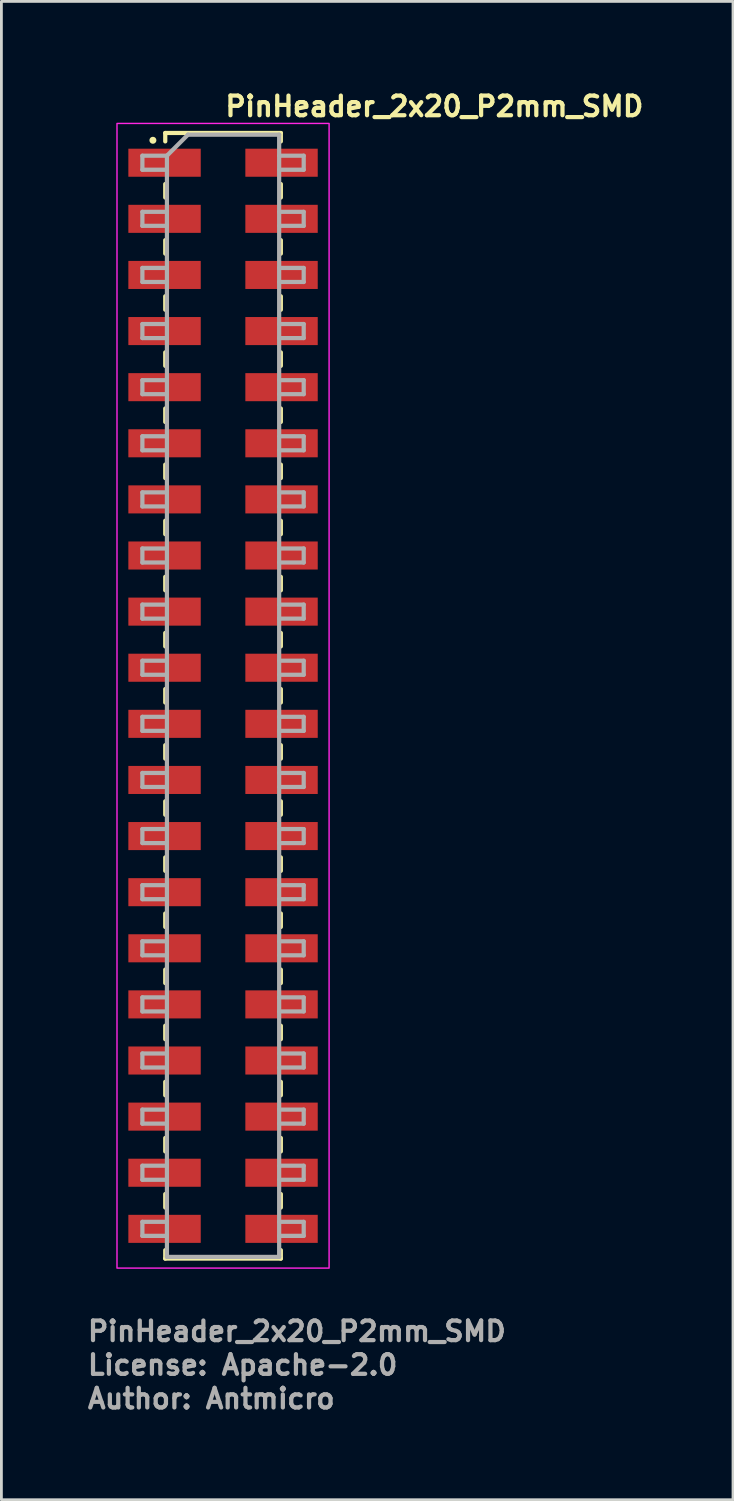
<source format=kicad_pcb>
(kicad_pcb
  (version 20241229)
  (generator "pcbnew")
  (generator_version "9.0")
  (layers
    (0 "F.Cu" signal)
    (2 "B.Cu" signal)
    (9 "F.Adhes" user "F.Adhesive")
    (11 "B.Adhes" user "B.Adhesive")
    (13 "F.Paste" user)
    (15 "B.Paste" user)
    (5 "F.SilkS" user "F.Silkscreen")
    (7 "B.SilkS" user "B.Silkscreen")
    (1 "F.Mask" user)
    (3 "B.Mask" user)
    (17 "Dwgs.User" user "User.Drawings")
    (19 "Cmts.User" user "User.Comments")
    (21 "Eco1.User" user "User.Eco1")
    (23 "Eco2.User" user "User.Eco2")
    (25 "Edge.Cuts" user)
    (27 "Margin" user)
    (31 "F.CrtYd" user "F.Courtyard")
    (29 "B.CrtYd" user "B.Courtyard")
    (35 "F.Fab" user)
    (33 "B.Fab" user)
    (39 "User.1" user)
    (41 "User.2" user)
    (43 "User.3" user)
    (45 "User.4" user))
  (footprint "PinHeader_2x20_P2mm_SMD"
    (layer "F.Cu")
    (at 4.9 21.75)
    (property "Reference" "PinHeader_2x20_P2mm_SMD" (at 0 -20.6 0) (layer "F.SilkS") (effects (font (size 0.7 0.7) (thickness 0.15)) (justify left bottom)))
    (attr smd)
    (fp_line (start -2.06 -20.06) (end -2.06 -19.76) (stroke (width 0.15) (type solid)) (layer "F.SilkS"))
    (fp_line (start -2.06 -20.06) (end 2.06 -20.06) (stroke (width 0.15) (type solid)) (layer "F.SilkS"))
    (fp_line (start -2.06 -18.24) (end -2.06 -17.76) (stroke (width 0.15) (type solid)) (layer "F.SilkS"))
    (fp_line (start -2.06 -16.24) (end -2.06 -15.76) (stroke (width 0.15) (type solid)) (layer "F.SilkS"))
    (fp_line (start -2.06 -14.24) (end -2.06 -13.76) (stroke (width 0.15) (type solid)) (layer "F.SilkS"))
    (fp_line (start -2.06 -12.24) (end -2.06 -11.76) (stroke (width 0.15) (type solid)) (layer "F.SilkS"))
    (fp_line (start -2.06 -10.24) (end -2.06 -9.76) (stroke (width 0.15) (type solid)) (layer "F.SilkS"))
    (fp_line (start -2.06 -8.24) (end -2.06 -7.76) (stroke (width 0.15) (type solid)) (layer "F.SilkS"))
    (fp_line (start -2.06 -6.24) (end -2.06 -5.76) (stroke (width 0.15) (type solid)) (layer "F.SilkS"))
    (fp_line (start -2.06 -4.24) (end -2.06 -3.76) (stroke (width 0.15) (type solid)) (layer "F.SilkS"))
    (fp_line (start -2.06 -2.24) (end -2.06 -1.76) (stroke (width 0.15) (type solid)) (layer "F.SilkS"))
    (fp_line (start -2.06 -0.24) (end -2.06 0.24) (stroke (width 0.15) (type solid)) (layer "F.SilkS"))
    (fp_line (start -2.06 1.76) (end -2.06 2.24) (stroke (width 0.15) (type solid)) (layer "F.SilkS"))
    (fp_line (start -2.06 3.76) (end -2.06 4.24) (stroke (width 0.15) (type solid)) (layer "F.SilkS"))
    (fp_line (start -2.06 5.76) (end -2.06 6.24) (stroke (width 0.15) (type solid)) (layer "F.SilkS"))
    (fp_line (start -2.06 7.76) (end -2.06 8.24) (stroke (width 0.15) (type solid)) (layer "F.SilkS"))
    (fp_line (start -2.06 9.76) (end -2.06 10.24) (stroke (width 0.15) (type solid)) (layer "F.SilkS"))
    (fp_line (start -2.06 11.76) (end -2.06 12.24) (stroke (width 0.15) (type solid)) (layer "F.SilkS"))
    (fp_line (start -2.06 13.76) (end -2.06 14.24) (stroke (width 0.15) (type solid)) (layer "F.SilkS"))
    (fp_line (start -2.06 15.76) (end -2.06 16.24) (stroke (width 0.15) (type solid)) (layer "F.SilkS"))
    (fp_line (start -2.06 17.76) (end -2.06 18.24) (stroke (width 0.15) (type solid)) (layer "F.SilkS"))
    (fp_line (start -2.06 19.76) (end -2.06 20.06) (stroke (width 0.15) (type solid)) (layer "F.SilkS"))
    (fp_line (start -2.06 20.06) (end 2.06 20.06) (stroke (width 0.15) (type solid)) (layer "F.SilkS"))
    (fp_line (start 2.06 -20.06) (end 2.06 -19.76) (stroke (width 0.15) (type solid)) (layer "F.SilkS"))
    (fp_line (start 2.06 -18.24) (end 2.06 -17.76) (stroke (width 0.15) (type solid)) (layer "F.SilkS"))
    (fp_line (start 2.06 -16.24) (end 2.06 -15.76) (stroke (width 0.15) (type solid)) (layer "F.SilkS"))
    (fp_line (start 2.06 -14.24) (end 2.06 -13.76) (stroke (width 0.15) (type solid)) (layer "F.SilkS"))
    (fp_line (start 2.06 -12.24) (end 2.06 -11.76) (stroke (width 0.15) (type solid)) (layer "F.SilkS"))
    (fp_line (start 2.06 -10.24) (end 2.06 -9.76) (stroke (width 0.15) (type solid)) (layer "F.SilkS"))
    (fp_line (start 2.06 -8.24) (end 2.06 -7.76) (stroke (width 0.15) (type solid)) (layer "F.SilkS"))
    (fp_line (start 2.06 -6.24) (end 2.06 -5.76) (stroke (width 0.15) (type solid)) (layer "F.SilkS"))
    (fp_line (start 2.06 -4.24) (end 2.06 -3.76) (stroke (width 0.15) (type solid)) (layer "F.SilkS"))
    (fp_line (start 2.06 -2.24) (end 2.06 -1.76) (stroke (width 0.15) (type solid)) (layer "F.SilkS"))
    (fp_line (start 2.06 -0.24) (end 2.06 0.24) (stroke (width 0.15) (type solid)) (layer "F.SilkS"))
    (fp_line (start 2.06 1.76) (end 2.06 2.24) (stroke (width 0.15) (type solid)) (layer "F.SilkS"))
    (fp_line (start 2.06 3.76) (end 2.06 4.24) (stroke (width 0.15) (type solid)) (layer "F.SilkS"))
    (fp_line (start 2.06 5.76) (end 2.06 6.24) (stroke (width 0.15) (type solid)) (layer "F.SilkS"))
    (fp_line (start 2.06 7.76) (end 2.06 8.24) (stroke (width 0.15) (type solid)) (layer "F.SilkS"))
    (fp_line (start 2.06 9.76) (end 2.06 10.24) (stroke (width 0.15) (type solid)) (layer "F.SilkS"))
    (fp_line (start 2.06 11.76) (end 2.06 12.24) (stroke (width 0.15) (type solid)) (layer "F.SilkS"))
    (fp_line (start 2.06 13.76) (end 2.06 14.24) (stroke (width 0.15) (type solid)) (layer "F.SilkS"))
    (fp_line (start 2.06 15.76) (end 2.06 16.24) (stroke (width 0.15) (type solid)) (layer "F.SilkS"))
    (fp_line (start 2.06 17.76) (end 2.06 18.24) (stroke (width 0.15) (type solid)) (layer "F.SilkS"))
    (fp_line (start 2.06 19.76) (end 2.06 20.06) (stroke (width 0.15) (type solid)) (layer "F.SilkS"))
    (fp_circle (center -2.5 -19.8) (end -2.45 -19.8) (stroke (width 0.15) (type solid)) (fill yes) (layer "F.SilkS"))
    (fp_rect (start -3.78 -20.4) (end 3.78 20.4) (stroke (width 0.05) (type solid)) (fill no) (layer "F.CrtYd"))
    (fp_line (start -2.875 -19.25) (end -2.875 -18.75) (stroke (width 0.15) (type solid)) (layer "F.Fab"))
    (fp_line (start -2.875 -18.75) (end -2 -18.75) (stroke (width 0.15) (type solid)) (layer "F.Fab"))
    (fp_line (start -2.875 -17.25) (end -2.875 -16.75) (stroke (width 0.15) (type solid)) (layer "F.Fab"))
    (fp_line (start -2.875 -16.75) (end -2 -16.75) (stroke (width 0.15) (type solid)) (layer "F.Fab"))
    (fp_line (start -2.875 -15.25) (end -2.875 -14.75) (stroke (width 0.15) (type solid)) (layer "F.Fab"))
    (fp_line (start -2.875 -14.75) (end -2 -14.75) (stroke (width 0.15) (type solid)) (layer "F.Fab"))
    (fp_line (start -2.875 -13.25) (end -2.875 -12.75) (stroke (width 0.15) (type solid)) (layer "F.Fab"))
    (fp_line (start -2.875 -12.75) (end -2 -12.75) (stroke (width 0.15) (type solid)) (layer "F.Fab"))
    (fp_line (start -2.875 -11.25) (end -2.875 -10.75) (stroke (width 0.15) (type solid)) (layer "F.Fab"))
    (fp_line (start -2.875 -10.75) (end -2 -10.75) (stroke (width 0.15) (type solid)) (layer "F.Fab"))
    (fp_line (start -2.875 -9.25) (end -2.875 -8.75) (stroke (width 0.15) (type solid)) (layer "F.Fab"))
    (fp_line (start -2.875 -8.75) (end -2 -8.75) (stroke (width 0.15) (type solid)) (layer "F.Fab"))
    (fp_line (start -2.875 -7.25) (end -2.875 -6.75) (stroke (width 0.15) (type solid)) (layer "F.Fab"))
    (fp_line (start -2.875 -6.75) (end -2 -6.75) (stroke (width 0.15) (type solid)) (layer "F.Fab"))
    (fp_line (start -2.875 -5.25) (end -2.875 -4.75) (stroke (width 0.15) (type solid)) (layer "F.Fab"))
    (fp_line (start -2.875 -4.75) (end -2 -4.75) (stroke (width 0.15) (type solid)) (layer "F.Fab"))
    (fp_line (start -2.875 -3.25) (end -2.875 -2.75) (stroke (width 0.15) (type solid)) (layer "F.Fab"))
    (fp_line (start -2.875 -2.75) (end -2 -2.75) (stroke (width 0.15) (type solid)) (layer "F.Fab"))
    (fp_line (start -2.875 -1.25) (end -2.875 -0.75) (stroke (width 0.15) (type solid)) (layer "F.Fab"))
    (fp_line (start -2.875 -0.75) (end -2 -0.75) (stroke (width 0.15) (type solid)) (layer "F.Fab"))
    (fp_line (start -2.875 0.75) (end -2.875 1.25) (stroke (width 0.15) (type solid)) (layer "F.Fab"))
    (fp_line (start -2.875 1.25) (end -2 1.25) (stroke (width 0.15) (type solid)) (layer "F.Fab"))
    (fp_line (start -2.875 2.75) (end -2.875 3.25) (stroke (width 0.15) (type solid)) (layer "F.Fab"))
    (fp_line (start -2.875 3.25) (end -2 3.25) (stroke (width 0.15) (type solid)) (layer "F.Fab"))
    (fp_line (start -2.875 4.75) (end -2.875 5.25) (stroke (width 0.15) (type solid)) (layer "F.Fab"))
    (fp_line (start -2.875 5.25) (end -2 5.25) (stroke (width 0.15) (type solid)) (layer "F.Fab"))
    (fp_line (start -2.875 6.75) (end -2.875 7.25) (stroke (width 0.15) (type solid)) (layer "F.Fab"))
    (fp_line (start -2.875 7.25) (end -2 7.25) (stroke (width 0.15) (type solid)) (layer "F.Fab"))
    (fp_line (start -2.875 8.75) (end -2.875 9.25) (stroke (width 0.15) (type solid)) (layer "F.Fab"))
    (fp_line (start -2.875 9.25) (end -2 9.25) (stroke (width 0.15) (type solid)) (layer "F.Fab"))
    (fp_line (start -2.875 10.75) (end -2.875 11.25) (stroke (width 0.15) (type solid)) (layer "F.Fab"))
    (fp_line (start -2.875 11.25) (end -2 11.25) (stroke (width 0.15) (type solid)) (layer "F.Fab"))
    (fp_line (start -2.875 12.75) (end -2.875 13.25) (stroke (width 0.15) (type solid)) (layer "F.Fab"))
    (fp_line (start -2.875 13.25) (end -2 13.25) (stroke (width 0.15) (type solid)) (layer "F.Fab"))
    (fp_line (start -2.875 14.75) (end -2.875 15.25) (stroke (width 0.15) (type solid)) (layer "F.Fab"))
    (fp_line (start -2.875 15.25) (end -2 15.25) (stroke (width 0.15) (type solid)) (layer "F.Fab"))
    (fp_line (start -2.875 16.75) (end -2.875 17.25) (stroke (width 0.15) (type solid)) (layer "F.Fab"))
    (fp_line (start -2.875 17.25) (end -2 17.25) (stroke (width 0.15) (type solid)) (layer "F.Fab"))
    (fp_line (start -2.875 18.75) (end -2.875 19.25) (stroke (width 0.15) (type solid)) (layer "F.Fab"))
    (fp_line (start -2.875 19.25) (end -2 19.25) (stroke (width 0.15) (type solid)) (layer "F.Fab"))
    (fp_line (start -2 -19.25) (end -2.875 -19.25) (stroke (width 0.15) (type solid)) (layer "F.Fab"))
    (fp_line (start -2 -19.25) (end -1.25 -20) (stroke (width 0.15) (type solid)) (layer "F.Fab"))
    (fp_line (start -2 -17.25) (end -2.875 -17.25) (stroke (width 0.15) (type solid)) (layer "F.Fab"))
    (fp_line (start -2 -15.25) (end -2.875 -15.25) (stroke (width 0.15) (type solid)) (layer "F.Fab"))
    (fp_line (start -2 -13.25) (end -2.875 -13.25) (stroke (width 0.15) (type solid)) (layer "F.Fab"))
    (fp_line (start -2 -11.25) (end -2.875 -11.25) (stroke (width 0.15) (type solid)) (layer "F.Fab"))
    (fp_line (start -2 -9.25) (end -2.875 -9.25) (stroke (width 0.15) (type solid)) (layer "F.Fab"))
    (fp_line (start -2 -7.25) (end -2.875 -7.25) (stroke (width 0.15) (type solid)) (layer "F.Fab"))
    (fp_line (start -2 -5.25) (end -2.875 -5.25) (stroke (width 0.15) (type solid)) (layer "F.Fab"))
    (fp_line (start -2 -3.25) (end -2.875 -3.25) (stroke (width 0.15) (type solid)) (layer "F.Fab"))
    (fp_line (start -2 -1.25) (end -2.875 -1.25) (stroke (width 0.15) (type solid)) (layer "F.Fab"))
    (fp_line (start -2 0.75) (end -2.875 0.75) (stroke (width 0.15) (type solid)) (layer "F.Fab"))
    (fp_line (start -2 2.75) (end -2.875 2.75) (stroke (width 0.15) (type solid)) (layer "F.Fab"))
    (fp_line (start -2 4.75) (end -2.875 4.75) (stroke (width 0.15) (type solid)) (layer "F.Fab"))
    (fp_line (start -2 6.75) (end -2.875 6.75) (stroke (width 0.15) (type solid)) (layer "F.Fab"))
    (fp_line (start -2 8.75) (end -2.875 8.75) (stroke (width 0.15) (type solid)) (layer "F.Fab"))
    (fp_line (start -2 10.75) (end -2.875 10.75) (stroke (width 0.15) (type solid)) (layer "F.Fab"))
    (fp_line (start -2 12.75) (end -2.875 12.75) (stroke (width 0.15) (type solid)) (layer "F.Fab"))
    (fp_line (start -2 14.75) (end -2.875 14.75) (stroke (width 0.15) (type solid)) (layer "F.Fab"))
    (fp_line (start -2 16.75) (end -2.875 16.75) (stroke (width 0.15) (type solid)) (layer "F.Fab"))
    (fp_line (start -2 18.75) (end -2.875 18.75) (stroke (width 0.15) (type solid)) (layer "F.Fab"))
    (fp_line (start -2 20) (end -2 -19.25) (stroke (width 0.15) (type solid)) (layer "F.Fab"))
    (fp_line (start -1.25 -20) (end 2 -20) (stroke (width 0.15) (type solid)) (layer "F.Fab"))
    (fp_line (start 2 -20) (end 2 20) (stroke (width 0.15) (type solid)) (layer "F.Fab"))
    (fp_line (start 2 -19.25) (end 2.875 -19.25) (stroke (width 0.15) (type solid)) (layer "F.Fab"))
    (fp_line (start 2 -17.25) (end 2.875 -17.25) (stroke (width 0.15) (type solid)) (layer "F.Fab"))
    (fp_line (start 2 -15.25) (end 2.875 -15.25) (stroke (width 0.15) (type solid)) (layer "F.Fab"))
    (fp_line (start 2 -13.25) (end 2.875 -13.25) (stroke (width 0.15) (type solid)) (layer "F.Fab"))
    (fp_line (start 2 -11.25) (end 2.875 -11.25) (stroke (width 0.15) (type solid)) (layer "F.Fab"))
    (fp_line (start 2 -9.25) (end 2.875 -9.25) (stroke (width 0.15) (type solid)) (layer "F.Fab"))
    (fp_line (start 2 -7.25) (end 2.875 -7.25) (stroke (width 0.15) (type solid)) (layer "F.Fab"))
    (fp_line (start 2 -5.25) (end 2.875 -5.25) (stroke (width 0.15) (type solid)) (layer "F.Fab"))
    (fp_line (start 2 -3.25) (end 2.875 -3.25) (stroke (width 0.15) (type solid)) (layer "F.Fab"))
    (fp_line (start 2 -1.25) (end 2.875 -1.25) (stroke (width 0.15) (type solid)) (layer "F.Fab"))
    (fp_line (start 2 0.75) (end 2.875 0.75) (stroke (width 0.15) (type solid)) (layer "F.Fab"))
    (fp_line (start 2 2.75) (end 2.875 2.75) (stroke (width 0.15) (type solid)) (layer "F.Fab"))
    (fp_line (start 2 4.75) (end 2.875 4.75) (stroke (width 0.15) (type solid)) (layer "F.Fab"))
    (fp_line (start 2 6.75) (end 2.875 6.75) (stroke (width 0.15) (type solid)) (layer "F.Fab"))
    (fp_line (start 2 8.75) (end 2.875 8.75) (stroke (width 0.15) (type solid)) (layer "F.Fab"))
    (fp_line (start 2 10.75) (end 2.875 10.75) (stroke (width 0.15) (type solid)) (layer "F.Fab"))
    (fp_line (start 2 12.75) (end 2.875 12.75) (stroke (width 0.15) (type solid)) (layer "F.Fab"))
    (fp_line (start 2 14.75) (end 2.875 14.75) (stroke (width 0.15) (type solid)) (layer "F.Fab"))
    (fp_line (start 2 16.75) (end 2.875 16.75) (stroke (width 0.15) (type solid)) (layer "F.Fab"))
    (fp_line (start 2 18.75) (end 2.875 18.75) (stroke (width 0.15) (type solid)) (layer "F.Fab"))
    (fp_line (start 2 20) (end -2 20) (stroke (width 0.15) (type solid)) (layer "F.Fab"))
    (fp_line (start 2.875 -19.25) (end 2.875 -18.75) (stroke (width 0.15) (type solid)) (layer "F.Fab"))
    (fp_line (start 2.875 -18.75) (end 2 -18.75) (stroke (width 0.15) (type solid)) (layer "F.Fab"))
    (fp_line (start 2.875 -17.25) (end 2.875 -16.75) (stroke (width 0.15) (type solid)) (layer "F.Fab"))
    (fp_line (start 2.875 -16.75) (end 2 -16.75) (stroke (width 0.15) (type solid)) (layer "F.Fab"))
    (fp_line (start 2.875 -15.25) (end 2.875 -14.75) (stroke (width 0.15) (type solid)) (layer "F.Fab"))
    (fp_line (start 2.875 -14.75) (end 2 -14.75) (stroke (width 0.15) (type solid)) (layer "F.Fab"))
    (fp_line (start 2.875 -13.25) (end 2.875 -12.75) (stroke (width 0.15) (type solid)) (layer "F.Fab"))
    (fp_line (start 2.875 -12.75) (end 2 -12.75) (stroke (width 0.15) (type solid)) (layer "F.Fab"))
    (fp_line (start 2.875 -11.25) (end 2.875 -10.75) (stroke (width 0.15) (type solid)) (layer "F.Fab"))
    (fp_line (start 2.875 -10.75) (end 2 -10.75) (stroke (width 0.15) (type solid)) (layer "F.Fab"))
    (fp_line (start 2.875 -9.25) (end 2.875 -8.75) (stroke (width 0.15) (type solid)) (layer "F.Fab"))
    (fp_line (start 2.875 -8.75) (end 2 -8.75) (stroke (width 0.15) (type solid)) (layer "F.Fab"))
    (fp_line (start 2.875 -7.25) (end 2.875 -6.75) (stroke (width 0.15) (type solid)) (layer "F.Fab"))
    (fp_line (start 2.875 -6.75) (end 2 -6.75) (stroke (width 0.15) (type solid)) (layer "F.Fab"))
    (fp_line (start 2.875 -5.25) (end 2.875 -4.75) (stroke (width 0.15) (type solid)) (layer "F.Fab"))
    (fp_line (start 2.875 -4.75) (end 2 -4.75) (stroke (width 0.15) (type solid)) (layer "F.Fab"))
    (fp_line (start 2.875 -3.25) (end 2.875 -2.75) (stroke (width 0.15) (type solid)) (layer "F.Fab"))
    (fp_line (start 2.875 -2.75) (end 2 -2.75) (stroke (width 0.15) (type solid)) (layer "F.Fab"))
    (fp_line (start 2.875 -1.25) (end 2.875 -0.75) (stroke (width 0.15) (type solid)) (layer "F.Fab"))
    (fp_line (start 2.875 -0.75) (end 2 -0.75) (stroke (width 0.15) (type solid)) (layer "F.Fab"))
    (fp_line (start 2.875 0.75) (end 2.875 1.25) (stroke (width 0.15) (type solid)) (layer "F.Fab"))
    (fp_line (start 2.875 1.25) (end 2 1.25) (stroke (width 0.15) (type solid)) (layer "F.Fab"))
    (fp_line (start 2.875 2.75) (end 2.875 3.25) (stroke (width 0.15) (type solid)) (layer "F.Fab"))
    (fp_line (start 2.875 3.25) (end 2 3.25) (stroke (width 0.15) (type solid)) (layer "F.Fab"))
    (fp_line (start 2.875 4.75) (end 2.875 5.25) (stroke (width 0.15) (type solid)) (layer "F.Fab"))
    (fp_line (start 2.875 5.25) (end 2 5.25) (stroke (width 0.15) (type solid)) (layer "F.Fab"))
    (fp_line (start 2.875 6.75) (end 2.875 7.25) (stroke (width 0.15) (type solid)) (layer "F.Fab"))
    (fp_line (start 2.875 7.25) (end 2 7.25) (stroke (width 0.15) (type solid)) (layer "F.Fab"))
    (fp_line (start 2.875 8.75) (end 2.875 9.25) (stroke (width 0.15) (type solid)) (layer "F.Fab"))
    (fp_line (start 2.875 9.25) (end 2 9.25) (stroke (width 0.15) (type solid)) (layer "F.Fab"))
    (fp_line (start 2.875 10.75) (end 2.875 11.25) (stroke (width 0.15) (type solid)) (layer "F.Fab"))
    (fp_line (start 2.875 11.25) (end 2 11.25) (stroke (width 0.15) (type solid)) (layer "F.Fab"))
    (fp_line (start 2.875 12.75) (end 2.875 13.25) (stroke (width 0.15) (type solid)) (layer "F.Fab"))
    (fp_line (start 2.875 13.25) (end 2 13.25) (stroke (width 0.15) (type solid)) (layer "F.Fab"))
    (fp_line (start 2.875 14.75) (end 2.875 15.25) (stroke (width 0.15) (type solid)) (layer "F.Fab"))
    (fp_line (start 2.875 15.25) (end 2 15.25) (stroke (width 0.15) (type solid)) (layer "F.Fab"))
    (fp_line (start 2.875 16.75) (end 2.875 17.25) (stroke (width 0.15) (type solid)) (layer "F.Fab"))
    (fp_line (start 2.875 17.25) (end 2 17.25) (stroke (width 0.15) (type solid)) (layer "F.Fab"))
    (fp_line (start 2.875 18.75) (end 2.875 19.25) (stroke (width 0.15) (type solid)) (layer "F.Fab"))
    (fp_line (start 2.875 19.25) (end 2 19.25) (stroke (width 0.15) (type solid)) (layer "F.Fab"))
    (fp_rect (start -3.1 -20) (end 3.1 20) (stroke (width 0.1) (type solid)) (fill no) (layer "User.5"))
    (fp_line (start -3.1 -19.125) (end -3.1 -18.875) (stroke (width 0.02) (type solid)) (layer "User.9"))
    (fp_line (start -3.1 -17.125) (end -3.1 -16.875) (stroke (width 0.02) (type solid)) (layer "User.9"))
    (fp_line (start -3.1 -15.125) (end -3.1 -14.875) (stroke (width 0.02) (type solid)) (layer "User.9"))
    (fp_line (start -3.1 -13.125) (end -3.1 -12.875) (stroke (width 0.02) (type solid)) (layer "User.9"))
    (fp_line (start -3.1 -11.125) (end -3.1 -10.875) (stroke (width 0.02) (type solid)) (layer "User.9"))
    (fp_line (start -3.1 -9.125) (end -3.1 -8.875) (stroke (width 0.02) (type solid)) (layer "User.9"))
    (fp_line (start -3.1 -7.125) (end -3.1 -6.875) (stroke (width 0.02) (type solid)) (layer "User.9"))
    (fp_line (start -3.1 -5.125) (end -3.1 -4.875) (stroke (width 0.02) (type solid)) (layer "User.9"))
    (fp_line (start -3.1 -3.125) (end -3.1 -2.875) (stroke (width 0.02) (type solid)) (layer "User.9"))
    (fp_line (start -3.1 -1.125) (end -3.1 -0.875) (stroke (width 0.02) (type solid)) (layer "User.9"))
    (fp_line (start -3.1 0.875) (end -3.1 1.125) (stroke (width 0.02) (type solid)) (layer "User.9"))
    (fp_line (start -3.1 2.875) (end -3.1 3.125) (stroke (width 0.02) (type solid)) (layer "User.9"))
    (fp_line (start -3.1 4.875) (end -3.1 5.125) (stroke (width 0.02) (type solid)) (layer "User.9"))
    (fp_line (start -3.1 6.875) (end -3.1 7.125) (stroke (width 0.02) (type solid)) (layer "User.9"))
    (fp_line (start -3.1 8.875) (end -3.1 9.125) (stroke (width 0.02) (type solid)) (layer "User.9"))
    (fp_line (start -3.1 10.875) (end -3.1 11.125) (stroke (width 0.02) (type solid)) (layer "User.9"))
    (fp_line (start -3.1 12.875) (end -3.1 13.125) (stroke (width 0.02) (type solid)) (layer "User.9"))
    (fp_line (start -3.1 14.875) (end -3.1 15.125) (stroke (width 0.02) (type solid)) (layer "User.9"))
    (fp_line (start -3.1 16.875) (end -3.1 17.125) (stroke (width 0.02) (type solid)) (layer "User.9"))
    (fp_line (start -3.1 18.875) (end -3.1 19.125) (stroke (width 0.02) (type solid)) (layer "User.9"))
    (fp_line (start -2.975 -19.25) (end -3.1 -19.125) (stroke (width 0.02) (type solid)) (layer "User.9"))
    (fp_line (start -2.975 -19.25) (end -2.975 -18.75) (stroke (width 0.02) (type solid)) (layer "User.9"))
    (fp_line (start -2.975 -18.75) (end -3.1 -18.875) (stroke (width 0.02) (type solid)) (layer "User.9"))
    (fp_line (start -2.975 -17.25) (end -3.1 -17.125) (stroke (width 0.02) (type solid)) (layer "User.9"))
    (fp_line (start -2.975 -17.25) (end -2.975 -16.75) (stroke (width 0.02) (type solid)) (layer "User.9"))
    (fp_line (start -2.975 -16.75) (end -3.1 -16.875) (stroke (width 0.02) (type solid)) (layer "User.9"))
    (fp_line (start -2.975 -15.25) (end -3.1 -15.125) (stroke (width 0.02) (type solid)) (layer "User.9"))
    (fp_line (start -2.975 -15.25) (end -2.975 -14.75) (stroke (width 0.02) (type solid)) (layer "User.9"))
    (fp_line (start -2.975 -14.75) (end -3.1 -14.875) (stroke (width 0.02) (type solid)) (layer "User.9"))
    (fp_line (start -2.975 -13.25) (end -3.1 -13.125) (stroke (width 0.02) (type solid)) (layer "User.9"))
    (fp_line (start -2.975 -13.25) (end -2.975 -12.75) (stroke (width 0.02) (type solid)) (layer "User.9"))
    (fp_line (start -2.975 -12.75) (end -3.1 -12.875) (stroke (width 0.02) (type solid)) (layer "User.9"))
    (fp_line (start -2.975 -11.25) (end -3.1 -11.125) (stroke (width 0.02) (type solid)) (layer "User.9"))
    (fp_line (start -2.975 -11.25) (end -2.975 -10.75) (stroke (width 0.02) (type solid)) (layer "User.9"))
    (fp_line (start -2.975 -10.75) (end -3.1 -10.875) (stroke (width 0.02) (type solid)) (layer "User.9"))
    (fp_line (start -2.975 -9.25) (end -3.1 -9.125) (stroke (width 0.02) (type solid)) (layer "User.9"))
    (fp_line (start -2.975 -9.25) (end -2.975 -8.75) (stroke (width 0.02) (type solid)) (layer "User.9"))
    (fp_line (start -2.975 -8.75) (end -3.1 -8.875) (stroke (width 0.02) (type solid)) (layer "User.9"))
    (fp_line (start -2.975 -7.25) (end -3.1 -7.125) (stroke (width 0.02) (type solid)) (layer "User.9"))
    (fp_line (start -2.975 -7.25) (end -2.975 -6.75) (stroke (width 0.02) (type solid)) (layer "User.9"))
    (fp_line (start -2.975 -6.75) (end -3.1 -6.875) (stroke (width 0.02) (type solid)) (layer "User.9"))
    (fp_line (start -2.975 -5.25) (end -3.1 -5.125) (stroke (width 0.02) (type solid)) (layer "User.9"))
    (fp_line (start -2.975 -5.25) (end -2.975 -4.75) (stroke (width 0.02) (type solid)) (layer "User.9"))
    (fp_line (start -2.975 -4.75) (end -3.1 -4.875) (stroke (width 0.02) (type solid)) (layer "User.9"))
    (fp_line (start -2.975 -3.25) (end -3.1 -3.125) (stroke (width 0.02) (type solid)) (layer "User.9"))
    (fp_line (start -2.975 -3.25) (end -2.975 -2.75) (stroke (width 0.02) (type solid)) (layer "User.9"))
    (fp_line (start -2.975 -2.75) (end -3.1 -2.875) (stroke (width 0.02) (type solid)) (layer "User.9"))
    (fp_line (start -2.975 -1.25) (end -3.1 -1.125) (stroke (width 0.02) (type solid)) (layer "User.9"))
    (fp_line (start -2.975 -1.25) (end -2.975 -0.75) (stroke (width 0.02) (type solid)) (layer "User.9"))
    (fp_line (start -2.975 -0.75) (end -3.1 -0.875) (stroke (width 0.02) (type solid)) (layer "User.9"))
    (fp_line (start -2.975 0.75) (end -3.1 0.875) (stroke (width 0.02) (type solid)) (layer "User.9"))
    (fp_line (start -2.975 0.75) (end -2.975 1.25) (stroke (width 0.02) (type solid)) (layer "User.9"))
    (fp_line (start -2.975 1.25) (end -3.1 1.125) (stroke (width 0.02) (type solid)) (layer "User.9"))
    (fp_line (start -2.975 2.75) (end -3.1 2.875) (stroke (width 0.02) (type solid)) (layer "User.9"))
    (fp_line (start -2.975 2.75) (end -2.975 3.25) (stroke (width 0.02) (type solid)) (layer "User.9"))
    (fp_line (start -2.975 3.25) (end -3.1 3.125) (stroke (width 0.02) (type solid)) (layer "User.9"))
    (fp_line (start -2.975 4.75) (end -3.1 4.875) (stroke (width 0.02) (type solid)) (layer "User.9"))
    (fp_line (start -2.975 4.75) (end -2.975 5.25) (stroke (width 0.02) (type solid)) (layer "User.9"))
    (fp_line (start -2.975 5.25) (end -3.1 5.125) (stroke (width 0.02) (type solid)) (layer "User.9"))
    (fp_line (start -2.975 6.75) (end -3.1 6.875) (stroke (width 0.02) (type solid)) (layer "User.9"))
    (fp_line (start -2.975 6.75) (end -2.975 7.25) (stroke (width 0.02) (type solid)) (layer "User.9"))
    (fp_line (start -2.975 7.25) (end -3.1 7.125) (stroke (width 0.02) (type solid)) (layer "User.9"))
    (fp_line (start -2.975 8.75) (end -3.1 8.875) (stroke (width 0.02) (type solid)) (layer "User.9"))
    (fp_line (start -2.975 8.75) (end -2.975 9.25) (stroke (width 0.02) (type solid)) (layer "User.9"))
    (fp_line (start -2.975 9.25) (end -3.1 9.125) (stroke (width 0.02) (type solid)) (layer "User.9"))
    (fp_line (start -2.975 10.75) (end -3.1 10.875) (stroke (width 0.02) (type solid)) (layer "User.9"))
    (fp_line (start -2.975 10.75) (end -2.975 11.25) (stroke (width 0.02) (type solid)) (layer "User.9"))
    (fp_line (start -2.975 11.25) (end -3.1 11.125) (stroke (width 0.02) (type solid)) (layer "User.9"))
    (fp_line (start -2.975 12.75) (end -3.1 12.875) (stroke (width 0.02) (type solid)) (layer "User.9"))
    (fp_line (start -2.975 12.75) (end -2.975 13.25) (stroke (width 0.02) (type solid)) (layer "User.9"))
    (fp_line (start -2.975 13.25) (end -3.1 13.125) (stroke (width 0.02) (type solid)) (layer "User.9"))
    (fp_line (start -2.975 14.75) (end -3.1 14.875) (stroke (width 0.02) (type solid)) (layer "User.9"))
    (fp_line (start -2.975 14.75) (end -2.975 15.25) (stroke (width 0.02) (type solid)) (layer "User.9"))
    (fp_line (start -2.975 15.25) (end -3.1 15.125) (stroke (width 0.02) (type solid)) (layer "User.9"))
    (fp_line (start -2.975 16.75) (end -3.1 16.875) (stroke (width 0.02) (type solid)) (layer "User.9"))
    (fp_line (start -2.975 16.75) (end -2.975 17.25) (stroke (width 0.02) (type solid)) (layer "User.9"))
    (fp_line (start -2.975 17.25) (end -3.1 17.125) (stroke (width 0.02) (type solid)) (layer "User.9"))
    (fp_line (start -2.975 18.75) (end -3.1 18.875) (stroke (width 0.02) (type solid)) (layer "User.9"))
    (fp_line (start -2.975 18.75) (end -2.975 19.25) (stroke (width 0.02) (type solid)) (layer "User.9"))
    (fp_line (start -2.975 19.25) (end -3.1 19.125) (stroke (width 0.02) (type solid)) (layer "User.9"))
    (fp_line (start -2 -19.8) (end -2 -18.2) (stroke (width 0.02) (type solid)) (layer "User.9"))
    (fp_line (start -2 -19.25) (end -2.975 -19.25) (stroke (width 0.02) (type solid)) (layer "User.9"))
    (fp_line (start -2 -18.75) (end -2.975 -18.75) (stroke (width 0.02) (type solid)) (layer "User.9"))
    (fp_line (start -2 -18.2) (end -1.8 -18) (stroke (width 0.02) (type solid)) (layer "User.9"))
    (fp_line (start -2 -17.8) (end -2 -16.2) (stroke (width 0.02) (type solid)) (layer "User.9"))
    (fp_line (start -2 -17.25) (end -2.975 -17.25) (stroke (width 0.02) (type solid)) (layer "User.9"))
    (fp_line (start -2 -16.75) (end -2.975 -16.75) (stroke (width 0.02) (type solid)) (layer "User.9"))
    (fp_line (start -2 -16.2) (end -1.8 -16) (stroke (width 0.02) (type solid)) (layer "User.9"))
    (fp_line (start -2 -15.8) (end -2 -14.2) (stroke (width 0.02) (type solid)) (layer "User.9"))
    (fp_line (start -2 -15.25) (end -2.975 -15.25) (stroke (width 0.02) (type solid)) (layer "User.9"))
    (fp_line (start -2 -14.75) (end -2.975 -14.75) (stroke (width 0.02) (type solid)) (layer "User.9"))
    (fp_line (start -2 -14.2) (end -1.8 -14) (stroke (width 0.02) (type solid)) (layer "User.9"))
    (fp_line (start -2 -13.8) (end -2 -12.2) (stroke (width 0.02) (type solid)) (layer "User.9"))
    (fp_line (start -2 -13.25) (end -2.975 -13.25) (stroke (width 0.02) (type solid)) (layer "User.9"))
    (fp_line (start -2 -12.75) (end -2.975 -12.75) (stroke (width 0.02) (type solid)) (layer "User.9"))
    (fp_line (start -2 -12.2) (end -1.8 -12) (stroke (width 0.02) (type solid)) (layer "User.9"))
    (fp_line (start -2 -11.8) (end -2 -10.2) (stroke (width 0.02) (type solid)) (layer "User.9"))
    (fp_line (start -2 -11.25) (end -2.975 -11.25) (stroke (width 0.02) (type solid)) (layer "User.9"))
    (fp_line (start -2 -10.75) (end -2.975 -10.75) (stroke (width 0.02) (type solid)) (layer "User.9"))
    (fp_line (start -2 -10.2) (end -1.8 -10) (stroke (width 0.02) (type solid)) (layer "User.9"))
    (fp_line (start -2 -9.8) (end -2 -8.2) (stroke (width 0.02) (type solid)) (layer "User.9"))
    (fp_line (start -2 -9.25) (end -2.975 -9.25) (stroke (width 0.02) (type solid)) (layer "User.9"))
    (fp_line (start -2 -8.75) (end -2.975 -8.75) (stroke (width 0.02) (type solid)) (layer "User.9"))
    (fp_line (start -2 -8.2) (end -1.8 -8) (stroke (width 0.02) (type solid)) (layer "User.9"))
    (fp_line (start -2 -7.8) (end -2 -6.2) (stroke (width 0.02) (type solid)) (layer "User.9"))
    (fp_line (start -2 -7.25) (end -2.975 -7.25) (stroke (width 0.02) (type solid)) (layer "User.9"))
    (fp_line (start -2 -6.75) (end -2.975 -6.75) (stroke (width 0.02) (type solid)) (layer "User.9"))
    (fp_line (start -2 -6.2) (end -1.8 -6) (stroke (width 0.02) (type solid)) (layer "User.9"))
    (fp_line (start -2 -5.8) (end -2 -4.2) (stroke (width 0.02) (type solid)) (layer "User.9"))
    (fp_line (start -2 -5.25) (end -2.975 -5.25) (stroke (width 0.02) (type solid)) (layer "User.9"))
    (fp_line (start -2 -4.75) (end -2.975 -4.75) (stroke (width 0.02) (type solid)) (layer "User.9"))
    (fp_line (start -2 -4.2) (end -1.8 -4) (stroke (width 0.02) (type solid)) (layer "User.9"))
    (fp_line (start -2 -3.8) (end -2 -2.2) (stroke (width 0.02) (type solid)) (layer "User.9"))
    (fp_line (start -2 -3.25) (end -2.975 -3.25) (stroke (width 0.02) (type solid)) (layer "User.9"))
    (fp_line (start -2 -2.75) (end -2.975 -2.75) (stroke (width 0.02) (type solid)) (layer "User.9"))
    (fp_line (start -2 -2.2) (end -1.8 -2) (stroke (width 0.02) (type solid)) (layer "User.9"))
    (fp_line (start -2 -1.8) (end -2 -0.2) (stroke (width 0.02) (type solid)) (layer "User.9"))
    (fp_line (start -2 -1.25) (end -2.975 -1.25) (stroke (width 0.02) (type solid)) (layer "User.9"))
    (fp_line (start -2 -0.75) (end -2.975 -0.75) (stroke (width 0.02) (type solid)) (layer "User.9"))
    (fp_line (start -2 -0.2) (end -1.8 0) (stroke (width 0.02) (type solid)) (layer "User.9"))
    (fp_line (start -2 0.2) (end -2 1.8) (stroke (width 0.02) (type solid)) (layer "User.9"))
    (fp_line (start -2 0.75) (end -2.975 0.75) (stroke (width 0.02) (type solid)) (layer "User.9"))
    (fp_line (start -2 1.25) (end -2.975 1.25) (stroke (width 0.02) (type solid)) (layer "User.9"))
    (fp_line (start -2 1.8) (end -1.8 2) (stroke (width 0.02) (type solid)) (layer "User.9"))
    (fp_line (start -2 2.2) (end -2 3.8) (stroke (width 0.02) (type solid)) (layer "User.9"))
    (fp_line (start -2 2.75) (end -2.975 2.75) (stroke (width 0.02) (type solid)) (layer "User.9"))
    (fp_line (start -2 3.25) (end -2.975 3.25) (stroke (width 0.02) (type solid)) (layer "User.9"))
    (fp_line (start -2 3.8) (end -1.8 4) (stroke (width 0.02) (type solid)) (layer "User.9"))
    (fp_line (start -2 4.2) (end -2 5.8) (stroke (width 0.02) (type solid)) (layer "User.9"))
    (fp_line (start -2 4.75) (end -2.975 4.75) (stroke (width 0.02) (type solid)) (layer "User.9"))
    (fp_line (start -2 5.25) (end -2.975 5.25) (stroke (width 0.02) (type solid)) (layer "User.9"))
    (fp_line (start -2 5.8) (end -1.8 6) (stroke (width 0.02) (type solid)) (layer "User.9"))
    (fp_line (start -2 6.2) (end -2 7.8) (stroke (width 0.02) (type solid)) (layer "User.9"))
    (fp_line (start -2 6.75) (end -2.975 6.75) (stroke (width 0.02) (type solid)) (layer "User.9"))
    (fp_line (start -2 7.25) (end -2.975 7.25) (stroke (width 0.02) (type solid)) (layer "User.9"))
    (fp_line (start -2 7.8) (end -1.8 8) (stroke (width 0.02) (type solid)) (layer "User.9"))
    (fp_line (start -2 8.2) (end -2 9.8) (stroke (width 0.02) (type solid)) (layer "User.9"))
    (fp_line (start -2 8.75) (end -2.975 8.75) (stroke (width 0.02) (type solid)) (layer "User.9"))
    (fp_line (start -2 9.25) (end -2.975 9.25) (stroke (width 0.02) (type solid)) (layer "User.9"))
    (fp_line (start -2 9.8) (end -1.8 10) (stroke (width 0.02) (type solid)) (layer "User.9"))
    (fp_line (start -2 10.2) (end -2 11.8) (stroke (width 0.02) (type solid)) (layer "User.9"))
    (fp_line (start -2 10.75) (end -2.975 10.75) (stroke (width 0.02) (type solid)) (layer "User.9"))
    (fp_line (start -2 11.25) (end -2.975 11.25) (stroke (width 0.02) (type solid)) (layer "User.9"))
    (fp_line (start -2 11.8) (end -1.8 12) (stroke (width 0.02) (type solid)) (layer "User.9"))
    (fp_line (start -2 12.2) (end -2 13.8) (stroke (width 0.02) (type solid)) (layer "User.9"))
    (fp_line (start -2 12.75) (end -2.975 12.75) (stroke (width 0.02) (type solid)) (layer "User.9"))
    (fp_line (start -2 13.25) (end -2.975 13.25) (stroke (width 0.02) (type solid)) (layer "User.9"))
    (fp_line (start -2 13.8) (end -1.8 14) (stroke (width 0.02) (type solid)) (layer "User.9"))
    (fp_line (start -2 14.2) (end -2 15.8) (stroke (width 0.02) (type solid)) (layer "User.9"))
    (fp_line (start -2 14.75) (end -2.975 14.75) (stroke (width 0.02) (type solid)) (layer "User.9"))
    (fp_line (start -2 15.25) (end -2.975 15.25) (stroke (width 0.02) (type solid)) (layer "User.9"))
    (fp_line (start -2 15.8) (end -1.8 16) (stroke (width 0.02) (type solid)) (layer "User.9"))
    (fp_line (start -2 16.2) (end -2 17.8) (stroke (width 0.02) (type solid)) (layer "User.9"))
    (fp_line (start -2 16.75) (end -2.975 16.75) (stroke (width 0.02) (type solid)) (layer "User.9"))
    (fp_line (start -2 17.25) (end -2.975 17.25) (stroke (width 0.02) (type solid)) (layer "User.9"))
    (fp_line (start -2 17.8) (end -1.8 18) (stroke (width 0.02) (type solid)) (layer "User.9"))
    (fp_line (start -2 18.2) (end -2 19.8) (stroke (width 0.02) (type solid)) (layer "User.9"))
    (fp_line (start -2 18.75) (end -2.975 18.75) (stroke (width 0.02) (type solid)) (layer "User.9"))
    (fp_line (start -2 19.25) (end -2.975 19.25) (stroke (width 0.02) (type solid)) (layer "User.9"))
    (fp_line (start -2 19.8) (end -1.8 20) (stroke (width 0.02) (type solid)) (layer "User.9"))
    (fp_line (start -1.8 -20) (end -2 -19.8) (stroke (width 0.02) (type solid)) (layer "User.9"))
    (fp_line (start -1.8 -18) (end -2 -17.8) (stroke (width 0.02) (type solid)) (layer "User.9"))
    (fp_line (start -1.8 -16) (end -2 -15.8) (stroke (width 0.02) (type solid)) (layer "User.9"))
    (fp_line (start -1.8 -14) (end -2 -13.8) (stroke (width 0.02) (type solid)) (layer "User.9"))
    (fp_line (start -1.8 -12) (end -2 -11.8) (stroke (width 0.02) (type solid)) (layer "User.9"))
    (fp_line (start -1.8 -10) (end -2 -9.8) (stroke (width 0.02) (type solid)) (layer "User.9"))
    (fp_line (start -1.8 -8) (end -2 -7.8) (stroke (width 0.02) (type solid)) (layer "User.9"))
    (fp_line (start -1.8 -6) (end -2 -5.8) (stroke (width 0.02) (type solid)) (layer "User.9"))
    (fp_line (start -1.8 -4) (end -2 -3.8) (stroke (width 0.02) (type solid)) (layer "User.9"))
    (fp_line (start -1.8 -2) (end -2 -1.8) (stroke (width 0.02) (type solid)) (layer "User.9"))
    (fp_line (start -1.8 0) (end -2 0.2) (stroke (width 0.02) (type solid)) (layer "User.9"))
    (fp_line (start -1.8 2) (end -2 2.2) (stroke (width 0.02) (type solid)) (layer "User.9"))
    (fp_line (start -1.8 4) (end -2 4.2) (stroke (width 0.02) (type solid)) (layer "User.9"))
    (fp_line (start -1.8 6) (end -2 6.2) (stroke (width 0.02) (type solid)) (layer "User.9"))
    (fp_line (start -1.8 8) (end -2 8.2) (stroke (width 0.02) (type solid)) (layer "User.9"))
    (fp_line (start -1.8 10) (end -2 10.2) (stroke (width 0.02) (type solid)) (layer "User.9"))
    (fp_line (start -1.8 12) (end -2 12.2) (stroke (width 0.02) (type solid)) (layer "User.9"))
    (fp_line (start -1.8 14) (end -2 14.2) (stroke (width 0.02) (type solid)) (layer "User.9"))
    (fp_line (start -1.8 16) (end -2 16.2) (stroke (width 0.02) (type solid)) (layer "User.9"))
    (fp_line (start -1.8 18) (end -2 18.2) (stroke (width 0.02) (type solid)) (layer "User.9"))
    (fp_line (start -1.8 20) (end 1.8 20) (stroke (width 0.02) (type solid)) (layer "User.9"))
    (fp_line (start -1.25 -19.25) (end -1.25 -18.75) (stroke (width 0.02) (type solid)) (layer "User.9"))
    (fp_line (start -1.25 -19.25) (end -1.125 -19.125) (stroke (width 0.02) (type solid)) (layer "User.9"))
    (fp_line (start -1.25 -18.75) (end -1.125 -18.875) (stroke (width 0.02) (type solid)) (layer "User.9"))
    (fp_line (start -1.25 -17.25) (end -1.25 -16.75) (stroke (width 0.02) (type solid)) (layer "User.9"))
    (fp_line (start -1.25 -17.25) (end -1.125 -17.125) (stroke (width 0.02) (type solid)) (layer "User.9"))
    (fp_line (start -1.25 -16.75) (end -1.125 -16.875) (stroke (width 0.02) (type solid)) (layer "User.9"))
    (fp_line (start -1.25 -15.25) (end -1.25 -14.75) (stroke (width 0.02) (type solid)) (layer "User.9"))
    (fp_line (start -1.25 -15.25) (end -1.125 -15.125) (stroke (width 0.02) (type solid)) (layer "User.9"))
    (fp_line (start -1.25 -14.75) (end -1.125 -14.875) (stroke (width 0.02) (type solid)) (layer "User.9"))
    (fp_line (start -1.25 -13.25) (end -1.25 -12.75) (stroke (width 0.02) (type solid)) (layer "User.9"))
    (fp_line (start -1.25 -13.25) (end -1.125 -13.125) (stroke (width 0.02) (type solid)) (layer "User.9"))
    (fp_line (start -1.25 -12.75) (end -1.125 -12.875) (stroke (width 0.02) (type solid)) (layer "User.9"))
    (fp_line (start -1.25 -11.25) (end -1.25 -10.75) (stroke (width 0.02) (type solid)) (layer "User.9"))
    (fp_line (start -1.25 -11.25) (end -1.125 -11.125) (stroke (width 0.02) (type solid)) (layer "User.9"))
    (fp_line (start -1.25 -10.75) (end -1.125 -10.875) (stroke (width 0.02) (type solid)) (layer "User.9"))
    (fp_line (start -1.25 -9.25) (end -1.25 -8.75) (stroke (width 0.02) (type solid)) (layer "User.9"))
    (fp_line (start -1.25 -9.25) (end -1.125 -9.125) (stroke (width 0.02) (type solid)) (layer "User.9"))
    (fp_line (start -1.25 -8.75) (end -1.125 -8.875) (stroke (width 0.02) (type solid)) (layer "User.9"))
    (fp_line (start -1.25 -7.25) (end -1.25 -6.75) (stroke (width 0.02) (type solid)) (layer "User.9"))
    (fp_line (start -1.25 -7.25) (end -1.125 -7.125) (stroke (width 0.02) (type solid)) (layer "User.9"))
    (fp_line (start -1.25 -6.75) (end -1.125 -6.875) (stroke (width 0.02) (type solid)) (layer "User.9"))
    (fp_line (start -1.25 -5.25) (end -1.25 -4.75) (stroke (width 0.02) (type solid)) (layer "User.9"))
    (fp_line (start -1.25 -5.25) (end -1.125 -5.125) (stroke (width 0.02) (type solid)) (layer "User.9"))
    (fp_line (start -1.25 -4.75) (end -1.125 -4.875) (stroke (width 0.02) (type solid)) (layer "User.9"))
    (fp_line (start -1.25 -3.25) (end -1.25 -2.75) (stroke (width 0.02) (type solid)) (layer "User.9"))
    (fp_line (start -1.25 -3.25) (end -1.125 -3.125) (stroke (width 0.02) (type solid)) (layer "User.9"))
    (fp_line (start -1.25 -2.75) (end -1.125 -2.875) (stroke (width 0.02) (type solid)) (layer "User.9"))
    (fp_line (start -1.25 -1.25) (end -1.25 -0.75) (stroke (width 0.02) (type solid)) (layer "User.9"))
    (fp_line (start -1.25 -1.25) (end -1.125 -1.125) (stroke (width 0.02) (type solid)) (layer "User.9"))
    (fp_line (start -1.25 -0.75) (end -1.125 -0.875) (stroke (width 0.02) (type solid)) (layer "User.9"))
    (fp_line (start -1.25 0.75) (end -1.25 1.25) (stroke (width 0.02) (type solid)) (layer "User.9"))
    (fp_line (start -1.25 0.75) (end -1.125 0.875) (stroke (width 0.02) (type solid)) (layer "User.9"))
    (fp_line (start -1.25 1.25) (end -1.125 1.125) (stroke (width 0.02) (type solid)) (layer "User.9"))
    (fp_line (start -1.25 2.75) (end -1.25 3.25) (stroke (width 0.02) (type solid)) (layer "User.9"))
    (fp_line (start -1.25 2.75) (end -1.125 2.875) (stroke (width 0.02) (type solid)) (layer "User.9"))
    (fp_line (start -1.25 3.25) (end -1.125 3.125) (stroke (width 0.02) (type solid)) (layer "User.9"))
    (fp_line (start -1.25 4.75) (end -1.25 5.25) (stroke (width 0.02) (type solid)) (layer "User.9"))
    (fp_line (start -1.25 4.75) (end -1.125 4.875) (stroke (width 0.02) (type solid)) (layer "User.9"))
    (fp_line (start -1.25 5.25) (end -1.125 5.125) (stroke (width 0.02) (type solid)) (layer "User.9"))
    (fp_line (start -1.25 6.75) (end -1.25 7.25) (stroke (width 0.02) (type solid)) (layer "User.9"))
    (fp_line (start -1.25 6.75) (end -1.125 6.875) (stroke (width 0.02) (type solid)) (layer "User.9"))
    (fp_line (start -1.25 7.25) (end -1.125 7.125) (stroke (width 0.02) (type solid)) (layer "User.9"))
    (fp_line (start -1.25 8.75) (end -1.25 9.25) (stroke (width 0.02) (type solid)) (layer "User.9"))
    (fp_line (start -1.25 8.75) (end -1.125 8.875) (stroke (width 0.02) (type solid)) (layer "User.9"))
    (fp_line (start -1.25 9.25) (end -1.125 9.125) (stroke (width 0.02) (type solid)) (layer "User.9"))
    (fp_line (start -1.25 10.75) (end -1.25 11.25) (stroke (width 0.02) (type solid)) (layer "User.9"))
    (fp_line (start -1.25 10.75) (end -1.125 10.875) (stroke (width 0.02) (type solid)) (layer "User.9"))
    (fp_line (start -1.25 11.25) (end -1.125 11.125) (stroke (width 0.02) (type solid)) (layer "User.9"))
    (fp_line (start -1.25 12.75) (end -1.25 13.25) (stroke (width 0.02) (type solid)) (layer "User.9"))
    (fp_line (start -1.25 12.75) (end -1.125 12.875) (stroke (width 0.02) (type solid)) (layer "User.9"))
    (fp_line (start -1.25 13.25) (end -1.125 13.125) (stroke (width 0.02) (type solid)) (layer "User.9"))
    (fp_line (start -1.25 14.75) (end -1.25 15.25) (stroke (width 0.02) (type solid)) (layer "User.9"))
    (fp_line (start -1.25 14.75) (end -1.125 14.875) (stroke (width 0.02) (type solid)) (layer "User.9"))
    (fp_line (start -1.25 15.25) (end -1.125 15.125) (stroke (width 0.02) (type solid)) (layer "User.9"))
    (fp_line (start -1.25 16.75) (end -1.25 17.25) (stroke (width 0.02) (type solid)) (layer "User.9"))
    (fp_line (start -1.25 16.75) (end -1.125 16.875) (stroke (width 0.02) (type solid)) (layer "User.9"))
    (fp_line (start -1.25 17.25) (end -1.125 17.125) (stroke (width 0.02) (type solid)) (layer "User.9"))
    (fp_line (start -1.25 18.75) (end -1.25 19.25) (stroke (width 0.02) (type solid)) (layer "User.9"))
    (fp_line (start -1.25 18.75) (end -1.125 18.875) (stroke (width 0.02) (type solid)) (layer "User.9"))
    (fp_line (start -1.25 19.25) (end -1.125 19.125) (stroke (width 0.02) (type solid)) (layer "User.9"))
    (fp_line (start -1.125 -19.125) (end -1.125 -18.875) (stroke (width 0.02) (type solid)) (layer "User.9"))
    (fp_line (start -1.125 -17.125) (end -1.125 -16.875) (stroke (width 0.02) (type solid)) (layer "User.9"))
    (fp_line (start -1.125 -15.125) (end -1.125 -14.875) (stroke (width 0.02) (type solid)) (layer "User.9"))
    (fp_line (start -1.125 -13.125) (end -1.125 -12.875) (stroke (width 0.02) (type solid)) (layer "User.9"))
    (fp_line (start -1.125 -11.125) (end -1.125 -10.875) (stroke (width 0.02) (type solid)) (layer "User.9"))
    (fp_line (start -1.125 -9.125) (end -1.125 -8.875) (stroke (width 0.02) (type solid)) (layer "User.9"))
    (fp_line (start -1.125 -7.125) (end -1.125 -6.875) (stroke (width 0.02) (type solid)) (layer "User.9"))
    (fp_line (start -1.125 -5.125) (end -1.125 -4.875) (stroke (width 0.02) (type solid)) (layer "User.9"))
    (fp_line (start -1.125 -3.125) (end -1.125 -2.875) (stroke (width 0.02) (type solid)) (layer "User.9"))
    (fp_line (start -1.125 -1.125) (end -1.125 -0.875) (stroke (width 0.02) (type solid)) (layer "User.9"))
    (fp_line (start -1.125 0.875) (end -1.125 1.125) (stroke (width 0.02) (type solid)) (layer "User.9"))
    (fp_line (start -1.125 2.875) (end -1.125 3.125) (stroke (width 0.02) (type solid)) (layer "User.9"))
    (fp_line (start -1.125 4.875) (end -1.125 5.125) (stroke (width 0.02) (type solid)) (layer "User.9"))
    (fp_line (start -1.125 6.875) (end -1.125 7.125) (stroke (width 0.02) (type solid)) (layer "User.9"))
    (fp_line (start -1.125 8.875) (end -1.125 9.125) (stroke (width 0.02) (type solid)) (layer "User.9"))
    (fp_line (start -1.125 10.875) (end -1.125 11.125) (stroke (width 0.02) (type solid)) (layer "User.9"))
    (fp_line (start -1.125 12.875) (end -1.125 13.125) (stroke (width 0.02) (type solid)) (layer "User.9"))
    (fp_line (start -1.125 14.875) (end -1.125 15.125) (stroke (width 0.02) (type solid)) (layer "User.9"))
    (fp_line (start -1.125 16.875) (end -1.125 17.125) (stroke (width 0.02) (type solid)) (layer "User.9"))
    (fp_line (start -1.125 18.875) (end -1.125 19.125) (stroke (width 0.02) (type solid)) (layer "User.9"))
    (fp_line (start -0.875 -19.125) (end -1.125 -19.125) (stroke (width 0.02) (type solid)) (layer "User.9"))
    (fp_line (start -0.875 -19.125) (end -0.875 -18.875) (stroke (width 0.02) (type solid)) (layer "User.9"))
    (fp_line (start -0.875 -18.875) (end -1.125 -18.875) (stroke (width 0.02) (type solid)) (layer "User.9"))
    (fp_line (start -0.875 -17.125) (end -1.125 -17.125) (stroke (width 0.02) (type solid)) (layer "User.9"))
    (fp_line (start -0.875 -17.125) (end -0.875 -16.875) (stroke (width 0.02) (type solid)) (layer "User.9"))
    (fp_line (start -0.875 -16.875) (end -1.125 -16.875) (stroke (width 0.02) (type solid)) (layer "User.9"))
    (fp_line (start -0.875 -15.125) (end -1.125 -15.125) (stroke (width 0.02) (type solid)) (layer "User.9"))
    (fp_line (start -0.875 -15.125) (end -0.875 -14.875) (stroke (width 0.02) (type solid)) (layer "User.9"))
    (fp_line (start -0.875 -14.875) (end -1.125 -14.875) (stroke (width 0.02) (type solid)) (layer "User.9"))
    (fp_line (start -0.875 -13.125) (end -1.125 -13.125) (stroke (width 0.02) (type solid)) (layer "User.9"))
    (fp_line (start -0.875 -13.125) (end -0.875 -12.875) (stroke (width 0.02) (type solid)) (layer "User.9"))
    (fp_line (start -0.875 -12.875) (end -1.125 -12.875) (stroke (width 0.02) (type solid)) (layer "User.9"))
    (fp_line (start -0.875 -11.125) (end -1.125 -11.125) (stroke (width 0.02) (type solid)) (layer "User.9"))
    (fp_line (start -0.875 -11.125) (end -0.875 -10.875) (stroke (width 0.02) (type solid)) (layer "User.9"))
    (fp_line (start -0.875 -10.875) (end -1.125 -10.875) (stroke (width 0.02) (type solid)) (layer "User.9"))
    (fp_line (start -0.875 -9.125) (end -1.125 -9.125) (stroke (width 0.02) (type solid)) (layer "User.9"))
    (fp_line (start -0.875 -9.125) (end -0.875 -8.875) (stroke (width 0.02) (type solid)) (layer "User.9"))
    (fp_line (start -0.875 -8.875) (end -1.125 -8.875) (stroke (width 0.02) (type solid)) (layer "User.9"))
    (fp_line (start -0.875 -7.125) (end -1.125 -7.125) (stroke (width 0.02) (type solid)) (layer "User.9"))
    (fp_line (start -0.875 -7.125) (end -0.875 -6.875) (stroke (width 0.02) (type solid)) (layer "User.9"))
    (fp_line (start -0.875 -6.875) (end -1.125 -6.875) (stroke (width 0.02) (type solid)) (layer "User.9"))
    (fp_line (start -0.875 -5.125) (end -1.125 -5.125) (stroke (width 0.02) (type solid)) (layer "User.9"))
    (fp_line (start -0.875 -5.125) (end -0.875 -4.875) (stroke (width 0.02) (type solid)) (layer "User.9"))
    (fp_line (start -0.875 -4.875) (end -1.125 -4.875) (stroke (width 0.02) (type solid)) (layer "User.9"))
    (fp_line (start -0.875 -3.125) (end -1.125 -3.125) (stroke (width 0.02) (type solid)) (layer "User.9"))
    (fp_line (start -0.875 -3.125) (end -0.875 -2.875) (stroke (width 0.02) (type solid)) (layer "User.9"))
    (fp_line (start -0.875 -2.875) (end -1.125 -2.875) (stroke (width 0.02) (type solid)) (layer "User.9"))
    (fp_line (start -0.875 -1.125) (end -1.125 -1.125) (stroke (width 0.02) (type solid)) (layer "User.9"))
    (fp_line (start -0.875 -1.125) (end -0.875 -0.875) (stroke (width 0.02) (type solid)) (layer "User.9"))
    (fp_line (start -0.875 -0.875) (end -1.125 -0.875) (stroke (width 0.02) (type solid)) (layer "User.9"))
    (fp_line (start -0.875 0.875) (end -1.125 0.875) (stroke (width 0.02) (type solid)) (layer "User.9"))
    (fp_line (start -0.875 0.875) (end -0.875 1.125) (stroke (width 0.02) (type solid)) (layer "User.9"))
    (fp_line (start -0.875 1.125) (end -1.125 1.125) (stroke (width 0.02) (type solid)) (layer "User.9"))
    (fp_line (start -0.875 2.875) (end -1.125 2.875) (stroke (width 0.02) (type solid)) (layer "User.9"))
    (fp_line (start -0.875 2.875) (end -0.875 3.125) (stroke (width 0.02) (type solid)) (layer "User.9"))
    (fp_line (start -0.875 3.125) (end -1.125 3.125) (stroke (width 0.02) (type solid)) (layer "User.9"))
    (fp_line (start -0.875 4.875) (end -1.125 4.875) (stroke (width 0.02) (type solid)) (layer "User.9"))
    (fp_line (start -0.875 4.875) (end -0.875 5.125) (stroke (width 0.02) (type solid)) (layer "User.9"))
    (fp_line (start -0.875 5.125) (end -1.125 5.125) (stroke (width 0.02) (type solid)) (layer "User.9"))
    (fp_line (start -0.875 6.875) (end -1.125 6.875) (stroke (width 0.02) (type solid)) (layer "User.9"))
    (fp_line (start -0.875 6.875) (end -0.875 7.125) (stroke (width 0.02) (type solid)) (layer "User.9"))
    (fp_line (start -0.875 7.125) (end -1.125 7.125) (stroke (width 0.02) (type solid)) (layer "User.9"))
    (fp_line (start -0.875 8.875) (end -1.125 8.875) (stroke (width 0.02) (type solid)) (layer "User.9"))
    (fp_line (start -0.875 8.875) (end -0.875 9.125) (stroke (width 0.02) (type solid)) (layer "User.9"))
    (fp_line (start -0.875 9.125) (end -1.125 9.125) (stroke (width 0.02) (type solid)) (layer "User.9"))
    (fp_line (start -0.875 10.875) (end -1.125 10.875) (stroke (width 0.02) (type solid)) (layer "User.9"))
    (fp_line (start -0.875 10.875) (end -0.875 11.125) (stroke (width 0.02) (type solid)) (layer "User.9"))
    (fp_line (start -0.875 11.125) (end -1.125 11.125) (stroke (width 0.02) (type solid)) (layer "User.9"))
    (fp_line (start -0.875 12.875) (end -1.125 12.875) (stroke (width 0.02) (type solid)) (layer "User.9"))
    (fp_line (start -0.875 12.875) (end -0.875 13.125) (stroke (width 0.02) (type solid)) (layer "User.9"))
    (fp_line (start -0.875 13.125) (end -1.125 13.125) (stroke (width 0.02) (type solid)) (layer "User.9"))
    (fp_line (start -0.875 14.875) (end -1.125 14.875) (stroke (width 0.02) (type solid)) (layer "User.9"))
    (fp_line (start -0.875 14.875) (end -0.875 15.125) (stroke (width 0.02) (type solid)) (layer "User.9"))
    (fp_line (start -0.875 15.125) (end -1.125 15.125) (stroke (width 0.02) (type solid)) (layer "User.9"))
    (fp_line (start -0.875 16.875) (end -1.125 16.875) (stroke (width 0.02) (type solid)) (layer "User.9"))
    (fp_line (start -0.875 16.875) (end -0.875 17.125) (stroke (width 0.02) (type solid)) (layer "User.9"))
    (fp_line (start -0.875 17.125) (end -1.125 17.125) (stroke (width 0.02) (type solid)) (layer "User.9"))
    (fp_line (start -0.875 18.875) (end -1.125 18.875) (stroke (width 0.02) (type solid)) (layer "User.9"))
    (fp_line (start -0.875 18.875) (end -0.875 19.125) (stroke (width 0.02) (type solid)) (layer "User.9"))
    (fp_line (start -0.875 19.125) (end -1.125 19.125) (stroke (width 0.02) (type solid)) (layer "User.9"))
    (fp_line (start -0.75 -19.25) (end -1.25 -19.25) (stroke (width 0.02) (type solid)) (layer "User.9"))
    (fp_line (start -0.75 -19.25) (end -0.875 -19.125) (stroke (width 0.02) (type solid)) (layer "User.9"))
    (fp_line (start -0.75 -19.25) (end -0.75 -18.75) (stroke (width 0.02) (type solid)) (layer "User.9"))
    (fp_line (start -0.75 -18.75) (end -1.25 -18.75) (stroke (width 0.02) (type solid)) (layer "User.9"))
    (fp_line (start -0.75 -18.75) (end -0.875 -18.875) (stroke (width 0.02) (type solid)) (layer "User.9"))
    (fp_line (start -0.75 -17.25) (end -1.25 -17.25) (stroke (width 0.02) (type solid)) (layer "User.9"))
    (fp_line (start -0.75 -17.25) (end -0.875 -17.125) (stroke (width 0.02) (type solid)) (layer "User.9"))
    (fp_line (start -0.75 -17.25) (end -0.75 -16.75) (stroke (width 0.02) (type solid)) (layer "User.9"))
    (fp_line (start -0.75 -16.75) (end -1.25 -16.75) (stroke (width 0.02) (type solid)) (layer "User.9"))
    (fp_line (start -0.75 -16.75) (end -0.875 -16.875) (stroke (width 0.02) (type solid)) (layer "User.9"))
    (fp_line (start -0.75 -15.25) (end -1.25 -15.25) (stroke (width 0.02) (type solid)) (layer "User.9"))
    (fp_line (start -0.75 -15.25) (end -0.875 -15.125) (stroke (width 0.02) (type solid)) (layer "User.9"))
    (fp_line (start -0.75 -15.25) (end -0.75 -14.75) (stroke (width 0.02) (type solid)) (layer "User.9"))
    (fp_line (start -0.75 -14.75) (end -1.25 -14.75) (stroke (width 0.02) (type solid)) (layer "User.9"))
    (fp_line (start -0.75 -14.75) (end -0.875 -14.875) (stroke (width 0.02) (type solid)) (layer "User.9"))
    (fp_line (start -0.75 -13.25) (end -1.25 -13.25) (stroke (width 0.02) (type solid)) (layer "User.9"))
    (fp_line (start -0.75 -13.25) (end -0.875 -13.125) (stroke (width 0.02) (type solid)) (layer "User.9"))
    (fp_line (start -0.75 -13.25) (end -0.75 -12.75) (stroke (width 0.02) (type solid)) (layer "User.9"))
    (fp_line (start -0.75 -12.75) (end -1.25 -12.75) (stroke (width 0.02) (type solid)) (layer "User.9"))
    (fp_line (start -0.75 -12.75) (end -0.875 -12.875) (stroke (width 0.02) (type solid)) (layer "User.9"))
    (fp_line (start -0.75 -11.25) (end -1.25 -11.25) (stroke (width 0.02) (type solid)) (layer "User.9"))
    (fp_line (start -0.75 -11.25) (end -0.875 -11.125) (stroke (width 0.02) (type solid)) (layer "User.9"))
    (fp_line (start -0.75 -11.25) (end -0.75 -10.75) (stroke (width 0.02) (type solid)) (layer "User.9"))
    (fp_line (start -0.75 -10.75) (end -1.25 -10.75) (stroke (width 0.02) (type solid)) (layer "User.9"))
    (fp_line (start -0.75 -10.75) (end -0.875 -10.875) (stroke (width 0.02) (type solid)) (layer "User.9"))
    (fp_line (start -0.75 -9.25) (end -1.25 -9.25) (stroke (width 0.02) (type solid)) (layer "User.9"))
    (fp_line (start -0.75 -9.25) (end -0.875 -9.125) (stroke (width 0.02) (type solid)) (layer "User.9"))
    (fp_line (start -0.75 -9.25) (end -0.75 -8.75) (stroke (width 0.02) (type solid)) (layer "User.9"))
    (fp_line (start -0.75 -8.75) (end -1.25 -8.75) (stroke (width 0.02) (type solid)) (layer "User.9"))
    (fp_line (start -0.75 -8.75) (end -0.875 -8.875) (stroke (width 0.02) (type solid)) (layer "User.9"))
    (fp_line (start -0.75 -7.25) (end -1.25 -7.25) (stroke (width 0.02) (type solid)) (layer "User.9"))
    (fp_line (start -0.75 -7.25) (end -0.875 -7.125) (stroke (width 0.02) (type solid)) (layer "User.9"))
    (fp_line (start -0.75 -7.25) (end -0.75 -6.75) (stroke (width 0.02) (type solid)) (layer "User.9"))
    (fp_line (start -0.75 -6.75) (end -1.25 -6.75) (stroke (width 0.02) (type solid)) (layer "User.9"))
    (fp_line (start -0.75 -6.75) (end -0.875 -6.875) (stroke (width 0.02) (type solid)) (layer "User.9"))
    (fp_line (start -0.75 -5.25) (end -1.25 -5.25) (stroke (width 0.02) (type solid)) (layer "User.9"))
    (fp_line (start -0.75 -5.25) (end -0.875 -5.125) (stroke (width 0.02) (type solid)) (layer "User.9"))
    (fp_line (start -0.75 -5.25) (end -0.75 -4.75) (stroke (width 0.02) (type solid)) (layer "User.9"))
    (fp_line (start -0.75 -4.75) (end -1.25 -4.75) (stroke (width 0.02) (type solid)) (layer "User.9"))
    (fp_line (start -0.75 -4.75) (end -0.875 -4.875) (stroke (width 0.02) (type solid)) (layer "User.9"))
    (fp_line (start -0.75 -3.25) (end -1.25 -3.25) (stroke (width 0.02) (type solid)) (layer "User.9"))
    (fp_line (start -0.75 -3.25) (end -0.875 -3.125) (stroke (width 0.02) (type solid)) (layer "User.9"))
    (fp_line (start -0.75 -3.25) (end -0.75 -2.75) (stroke (width 0.02) (type solid)) (layer "User.9"))
    (fp_line (start -0.75 -2.75) (end -1.25 -2.75) (stroke (width 0.02) (type solid)) (layer "User.9"))
    (fp_line (start -0.75 -2.75) (end -0.875 -2.875) (stroke (width 0.02) (type solid)) (layer "User.9"))
    (fp_line (start -0.75 -1.25) (end -1.25 -1.25) (stroke (width 0.02) (type solid)) (layer "User.9"))
    (fp_line (start -0.75 -1.25) (end -0.875 -1.125) (stroke (width 0.02) (type solid)) (layer "User.9"))
    (fp_line (start -0.75 -1.25) (end -0.75 -0.75) (stroke (width 0.02) (type solid)) (layer "User.9"))
    (fp_line (start -0.75 -0.75) (end -1.25 -0.75) (stroke (width 0.02) (type solid)) (layer "User.9"))
    (fp_line (start -0.75 -0.75) (end -0.875 -0.875) (stroke (width 0.02) (type solid)) (layer "User.9"))
    (fp_line (start -0.75 0.75) (end -1.25 0.75) (stroke (width 0.02) (type solid)) (layer "User.9"))
    (fp_line (start -0.75 0.75) (end -0.875 0.875) (stroke (width 0.02) (type solid)) (layer "User.9"))
    (fp_line (start -0.75 0.75) (end -0.75 1.25) (stroke (width 0.02) (type solid)) (layer "User.9"))
    (fp_line (start -0.75 1.25) (end -1.25 1.25) (stroke (width 0.02) (type solid)) (layer "User.9"))
    (fp_line (start -0.75 1.25) (end -0.875 1.125) (stroke (width 0.02) (type solid)) (layer "User.9"))
    (fp_line (start -0.75 2.75) (end -1.25 2.75) (stroke (width 0.02) (type solid)) (layer "User.9"))
    (fp_line (start -0.75 2.75) (end -0.875 2.875) (stroke (width 0.02) (type solid)) (layer "User.9"))
    (fp_line (start -0.75 2.75) (end -0.75 3.25) (stroke (width 0.02) (type solid)) (layer "User.9"))
    (fp_line (start -0.75 3.25) (end -1.25 3.25) (stroke (width 0.02) (type solid)) (layer "User.9"))
    (fp_line (start -0.75 3.25) (end -0.875 3.125) (stroke (width 0.02) (type solid)) (layer "User.9"))
    (fp_line (start -0.75 4.75) (end -1.25 4.75) (stroke (width 0.02) (type solid)) (layer "User.9"))
    (fp_line (start -0.75 4.75) (end -0.875 4.875) (stroke (width 0.02) (type solid)) (layer "User.9"))
    (fp_line (start -0.75 4.75) (end -0.75 5.25) (stroke (width 0.02) (type solid)) (layer "User.9"))
    (fp_line (start -0.75 5.25) (end -1.25 5.25) (stroke (width 0.02) (type solid)) (layer "User.9"))
    (fp_line (start -0.75 5.25) (end -0.875 5.125) (stroke (width 0.02) (type solid)) (layer "User.9"))
    (fp_line (start -0.75 6.75) (end -1.25 6.75) (stroke (width 0.02) (type solid)) (layer "User.9"))
    (fp_line (start -0.75 6.75) (end -0.875 6.875) (stroke (width 0.02) (type solid)) (layer "User.9"))
    (fp_line (start -0.75 6.75) (end -0.75 7.25) (stroke (width 0.02) (type solid)) (layer "User.9"))
    (fp_line (start -0.75 7.25) (end -1.25 7.25) (stroke (width 0.02) (type solid)) (layer "User.9"))
    (fp_line (start -0.75 7.25) (end -0.875 7.125) (stroke (width 0.02) (type solid)) (layer "User.9"))
    (fp_line (start -0.75 8.75) (end -1.25 8.75) (stroke (width 0.02) (type solid)) (layer "User.9"))
    (fp_line (start -0.75 8.75) (end -0.875 8.875) (stroke (width 0.02) (type solid)) (layer "User.9"))
    (fp_line (start -0.75 8.75) (end -0.75 9.25) (stroke (width 0.02) (type solid)) (layer "User.9"))
    (fp_line (start -0.75 9.25) (end -1.25 9.25) (stroke (width 0.02) (type solid)) (layer "User.9"))
    (fp_line (start -0.75 9.25) (end -0.875 9.125) (stroke (width 0.02) (type solid)) (layer "User.9"))
    (fp_line (start -0.75 10.75) (end -1.25 10.75) (stroke (width 0.02) (type solid)) (layer "User.9"))
    (fp_line (start -0.75 10.75) (end -0.875 10.875) (stroke (width 0.02) (type solid)) (layer "User.9"))
    (fp_line (start -0.75 10.75) (end -0.75 11.25) (stroke (width 0.02) (type solid)) (layer "User.9"))
    (fp_line (start -0.75 11.25) (end -1.25 11.25) (stroke (width 0.02) (type solid)) (layer "User.9"))
    (fp_line (start -0.75 11.25) (end -0.875 11.125) (stroke (width 0.02) (type solid)) (layer "User.9"))
    (fp_line (start -0.75 12.75) (end -1.25 12.75) (stroke (width 0.02) (type solid)) (layer "User.9"))
    (fp_line (start -0.75 12.75) (end -0.875 12.875) (stroke (width 0.02) (type solid)) (layer "User.9"))
    (fp_line (start -0.75 12.75) (end -0.75 13.25) (stroke (width 0.02) (type solid)) (layer "User.9"))
    (fp_line (start -0.75 13.25) (end -1.25 13.25) (stroke (width 0.02) (type solid)) (layer "User.9"))
    (fp_line (start -0.75 13.25) (end -0.875 13.125) (stroke (width 0.02) (type solid)) (layer "User.9"))
    (fp_line (start -0.75 14.75) (end -1.25 14.75) (stroke (width 0.02) (type solid)) (layer "User.9"))
    (fp_line (start -0.75 14.75) (end -0.875 14.875) (stroke (width 0.02) (type solid)) (layer "User.9"))
    (fp_line (start -0.75 14.75) (end -0.75 15.25) (stroke (width 0.02) (type solid)) (layer "User.9"))
    (fp_line (start -0.75 15.25) (end -1.25 15.25) (stroke (width 0.02) (type solid)) (layer "User.9"))
    (fp_line (start -0.75 15.25) (end -0.875 15.125) (stroke (width 0.02) (type solid)) (layer "User.9"))
    (fp_line (start -0.75 16.75) (end -1.25 16.75) (stroke (width 0.02) (type solid)) (layer "User.9"))
    (fp_line (start -0.75 16.75) (end -0.875 16.875) (stroke (width 0.02) (type solid)) (layer "User.9"))
    (fp_line (start -0.75 16.75) (end -0.75 17.25) (stroke (width 0.02) (type solid)) (layer "User.9"))
    (fp_line (start -0.75 17.25) (end -1.25 17.25) (stroke (width 0.02) (type solid)) (layer "User.9"))
    (fp_line (start -0.75 17.25) (end -0.875 17.125) (stroke (width 0.02) (type solid)) (layer "User.9"))
    (fp_line (start -0.75 18.75) (end -1.25 18.75) (stroke (width 0.02) (type solid)) (layer "User.9"))
    (fp_line (start -0.75 18.75) (end -0.875 18.875) (stroke (width 0.02) (type solid)) (layer "User.9"))
    (fp_line (start -0.75 18.75) (end -0.75 19.25) (stroke (width 0.02) (type solid)) (layer "User.9"))
    (fp_line (start -0.75 19.25) (end -1.25 19.25) (stroke (width 0.02) (type solid)) (layer "User.9"))
    (fp_line (start -0.75 19.25) (end -0.875 19.125) (stroke (width 0.02) (type solid)) (layer "User.9"))
    (fp_line (start 0.75 -19.25) (end 0.75 -18.75) (stroke (width 0.02) (type solid)) (layer "User.9"))
    (fp_line (start 0.75 -19.25) (end 0.875 -19.125) (stroke (width 0.02) (type solid)) (layer "User.9"))
    (fp_line (start 0.75 -19.25) (end 1.25 -19.25) (stroke (width 0.02) (type solid)) (layer "User.9"))
    (fp_line (start 0.75 -18.75) (end 0.875 -18.875) (stroke (width 0.02) (type solid)) (layer "User.9"))
    (fp_line (start 0.75 -18.75) (end 1.25 -18.75) (stroke (width 0.02) (type solid)) (layer "User.9"))
    (fp_line (start 0.75 -17.25) (end 0.75 -16.75) (stroke (width 0.02) (type solid)) (layer "User.9"))
    (fp_line (start 0.75 -17.25) (end 0.875 -17.125) (stroke (width 0.02) (type solid)) (layer "User.9"))
    (fp_line (start 0.75 -17.25) (end 1.25 -17.25) (stroke (width 0.02) (type solid)) (layer "User.9"))
    (fp_line (start 0.75 -16.75) (end 0.875 -16.875) (stroke (width 0.02) (type solid)) (layer "User.9"))
    (fp_line (start 0.75 -16.75) (end 1.25 -16.75) (stroke (width 0.02) (type solid)) (layer "User.9"))
    (fp_line (start 0.75 -15.25) (end 0.75 -14.75) (stroke (width 0.02) (type solid)) (layer "User.9"))
    (fp_line (start 0.75 -15.25) (end 0.875 -15.125) (stroke (width 0.02) (type solid)) (layer "User.9"))
    (fp_line (start 0.75 -15.25) (end 1.25 -15.25) (stroke (width 0.02) (type solid)) (layer "User.9"))
    (fp_line (start 0.75 -14.75) (end 0.875 -14.875) (stroke (width 0.02) (type solid)) (layer "User.9"))
    (fp_line (start 0.75 -14.75) (end 1.25 -14.75) (stroke (width 0.02) (type solid)) (layer "User.9"))
    (fp_line (start 0.75 -13.25) (end 0.75 -12.75) (stroke (width 0.02) (type solid)) (layer "User.9"))
    (fp_line (start 0.75 -13.25) (end 0.875 -13.125) (stroke (width 0.02) (type solid)) (layer "User.9"))
    (fp_line (start 0.75 -13.25) (end 1.25 -13.25) (stroke (width 0.02) (type solid)) (layer "User.9"))
    (fp_line (start 0.75 -12.75) (end 0.875 -12.875) (stroke (width 0.02) (type solid)) (layer "User.9"))
    (fp_line (start 0.75 -12.75) (end 1.25 -12.75) (stroke (width 0.02) (type solid)) (layer "User.9"))
    (fp_line (start 0.75 -11.25) (end 0.75 -10.75) (stroke (width 0.02) (type solid)) (layer "User.9"))
    (fp_line (start 0.75 -11.25) (end 0.875 -11.125) (stroke (width 0.02) (type solid)) (layer "User.9"))
    (fp_line (start 0.75 -11.25) (end 1.25 -11.25) (stroke (width 0.02) (type solid)) (layer "User.9"))
    (fp_line (start 0.75 -10.75) (end 0.875 -10.875) (stroke (width 0.02) (type solid)) (layer "User.9"))
    (fp_line (start 0.75 -10.75) (end 1.25 -10.75) (stroke (width 0.02) (type solid)) (layer "User.9"))
    (fp_line (start 0.75 -9.25) (end 0.75 -8.75) (stroke (width 0.02) (type solid)) (layer "User.9"))
    (fp_line (start 0.75 -9.25) (end 0.875 -9.125) (stroke (width 0.02) (type solid)) (layer "User.9"))
    (fp_line (start 0.75 -9.25) (end 1.25 -9.25) (stroke (width 0.02) (type solid)) (layer "User.9"))
    (fp_line (start 0.75 -8.75) (end 0.875 -8.875) (stroke (width 0.02) (type solid)) (layer "User.9"))
    (fp_line (start 0.75 -8.75) (end 1.25 -8.75) (stroke (width 0.02) (type solid)) (layer "User.9"))
    (fp_line (start 0.75 -7.25) (end 0.75 -6.75) (stroke (width 0.02) (type solid)) (layer "User.9"))
    (fp_line (start 0.75 -7.25) (end 0.875 -7.125) (stroke (width 0.02) (type solid)) (layer "User.9"))
    (fp_line (start 0.75 -7.25) (end 1.25 -7.25) (stroke (width 0.02) (type solid)) (layer "User.9"))
    (fp_line (start 0.75 -6.75) (end 0.875 -6.875) (stroke (width 0.02) (type solid)) (layer "User.9"))
    (fp_line (start 0.75 -6.75) (end 1.25 -6.75) (stroke (width 0.02) (type solid)) (layer "User.9"))
    (fp_line (start 0.75 -5.25) (end 0.75 -4.75) (stroke (width 0.02) (type solid)) (layer "User.9"))
    (fp_line (start 0.75 -5.25) (end 0.875 -5.125) (stroke (width 0.02) (type solid)) (layer "User.9"))
    (fp_line (start 0.75 -5.25) (end 1.25 -5.25) (stroke (width 0.02) (type solid)) (layer "User.9"))
    (fp_line (start 0.75 -4.75) (end 0.875 -4.875) (stroke (width 0.02) (type solid)) (layer "User.9"))
    (fp_line (start 0.75 -4.75) (end 1.25 -4.75) (stroke (width 0.02) (type solid)) (layer "User.9"))
    (fp_line (start 0.75 -3.25) (end 0.75 -2.75) (stroke (width 0.02) (type solid)) (layer "User.9"))
    (fp_line (start 0.75 -3.25) (end 0.875 -3.125) (stroke (width 0.02) (type solid)) (layer "User.9"))
    (fp_line (start 0.75 -3.25) (end 1.25 -3.25) (stroke (width 0.02) (type solid)) (layer "User.9"))
    (fp_line (start 0.75 -2.75) (end 0.875 -2.875) (stroke (width 0.02) (type solid)) (layer "User.9"))
    (fp_line (start 0.75 -2.75) (end 1.25 -2.75) (stroke (width 0.02) (type solid)) (layer "User.9"))
    (fp_line (start 0.75 -1.25) (end 0.75 -0.75) (stroke (width 0.02) (type solid)) (layer "User.9"))
    (fp_line (start 0.75 -1.25) (end 0.875 -1.125) (stroke (width 0.02) (type solid)) (layer "User.9"))
    (fp_line (start 0.75 -1.25) (end 1.25 -1.25) (stroke (width 0.02) (type solid)) (layer "User.9"))
    (fp_line (start 0.75 -0.75) (end 0.875 -0.875) (stroke (width 0.02) (type solid)) (layer "User.9"))
    (fp_line (start 0.75 -0.75) (end 1.25 -0.75) (stroke (width 0.02) (type solid)) (layer "User.9"))
    (fp_line (start 0.75 0.75) (end 0.75 1.25) (stroke (width 0.02) (type solid)) (layer "User.9"))
    (fp_line (start 0.75 0.75) (end 0.875 0.875) (stroke (width 0.02) (type solid)) (layer "User.9"))
    (fp_line (start 0.75 0.75) (end 1.25 0.75) (stroke (width 0.02) (type solid)) (layer "User.9"))
    (fp_line (start 0.75 1.25) (end 0.875 1.125) (stroke (width 0.02) (type solid)) (layer "User.9"))
    (fp_line (start 0.75 1.25) (end 1.25 1.25) (stroke (width 0.02) (type solid)) (layer "User.9"))
    (fp_line (start 0.75 2.75) (end 0.75 3.25) (stroke (width 0.02) (type solid)) (layer "User.9"))
    (fp_line (start 0.75 2.75) (end 0.875 2.875) (stroke (width 0.02) (type solid)) (layer "User.9"))
    (fp_line (start 0.75 2.75) (end 1.25 2.75) (stroke (width 0.02) (type solid)) (layer "User.9"))
    (fp_line (start 0.75 3.25) (end 0.875 3.125) (stroke (width 0.02) (type solid)) (layer "User.9"))
    (fp_line (start 0.75 3.25) (end 1.25 3.25) (stroke (width 0.02) (type solid)) (layer "User.9"))
    (fp_line (start 0.75 4.75) (end 0.75 5.25) (stroke (width 0.02) (type solid)) (layer "User.9"))
    (fp_line (start 0.75 4.75) (end 0.875 4.875) (stroke (width 0.02) (type solid)) (layer "User.9"))
    (fp_line (start 0.75 4.75) (end 1.25 4.75) (stroke (width 0.02) (type solid)) (layer "User.9"))
    (fp_line (start 0.75 5.25) (end 0.875 5.125) (stroke (width 0.02) (type solid)) (layer "User.9"))
    (fp_line (start 0.75 5.25) (end 1.25 5.25) (stroke (width 0.02) (type solid)) (layer "User.9"))
    (fp_line (start 0.75 6.75) (end 0.75 7.25) (stroke (width 0.02) (type solid)) (layer "User.9"))
    (fp_line (start 0.75 6.75) (end 0.875 6.875) (stroke (width 0.02) (type solid)) (layer "User.9"))
    (fp_line (start 0.75 6.75) (end 1.25 6.75) (stroke (width 0.02) (type solid)) (layer "User.9"))
    (fp_line (start 0.75 7.25) (end 0.875 7.125) (stroke (width 0.02) (type solid)) (layer "User.9"))
    (fp_line (start 0.75 7.25) (end 1.25 7.25) (stroke (width 0.02) (type solid)) (layer "User.9"))
    (fp_line (start 0.75 8.75) (end 0.75 9.25) (stroke (width 0.02) (type solid)) (layer "User.9"))
    (fp_line (start 0.75 8.75) (end 0.875 8.875) (stroke (width 0.02) (type solid)) (layer "User.9"))
    (fp_line (start 0.75 8.75) (end 1.25 8.75) (stroke (width 0.02) (type solid)) (layer "User.9"))
    (fp_line (start 0.75 9.25) (end 0.875 9.125) (stroke (width 0.02) (type solid)) (layer "User.9"))
    (fp_line (start 0.75 9.25) (end 1.25 9.25) (stroke (width 0.02) (type solid)) (layer "User.9"))
    (fp_line (start 0.75 10.75) (end 0.75 11.25) (stroke (width 0.02) (type solid)) (layer "User.9"))
    (fp_line (start 0.75 10.75) (end 0.875 10.875) (stroke (width 0.02) (type solid)) (layer "User.9"))
    (fp_line (start 0.75 10.75) (end 1.25 10.75) (stroke (width 0.02) (type solid)) (layer "User.9"))
    (fp_line (start 0.75 11.25) (end 0.875 11.125) (stroke (width 0.02) (type solid)) (layer "User.9"))
    (fp_line (start 0.75 11.25) (end 1.25 11.25) (stroke (width 0.02) (type solid)) (layer "User.9"))
    (fp_line (start 0.75 12.75) (end 0.75 13.25) (stroke (width 0.02) (type solid)) (layer "User.9"))
    (fp_line (start 0.75 12.75) (end 0.875 12.875) (stroke (width 0.02) (type solid)) (layer "User.9"))
    (fp_line (start 0.75 12.75) (end 1.25 12.75) (stroke (width 0.02) (type solid)) (layer "User.9"))
    (fp_line (start 0.75 13.25) (end 0.875 13.125) (stroke (width 0.02) (type solid)) (layer "User.9"))
    (fp_line (start 0.75 13.25) (end 1.25 13.25) (stroke (width 0.02) (type solid)) (layer "User.9"))
    (fp_line (start 0.75 14.75) (end 0.75 15.25) (stroke (width 0.02) (type solid)) (layer "User.9"))
    (fp_line (start 0.75 14.75) (end 0.875 14.875) (stroke (width 0.02) (type solid)) (layer "User.9"))
    (fp_line (start 0.75 14.75) (end 1.25 14.75) (stroke (width 0.02) (type solid)) (layer "User.9"))
    (fp_line (start 0.75 15.25) (end 0.875 15.125) (stroke (width 0.02) (type solid)) (layer "User.9"))
    (fp_line (start 0.75 15.25) (end 1.25 15.25) (stroke (width 0.02) (type solid)) (layer "User.9"))
    (fp_line (start 0.75 16.75) (end 0.75 17.25) (stroke (width 0.02) (type solid)) (layer "User.9"))
    (fp_line (start 0.75 16.75) (end 0.875 16.875) (stroke (width 0.02) (type solid)) (layer "User.9"))
    (fp_line (start 0.75 16.75) (end 1.25 16.75) (stroke (width 0.02) (type solid)) (layer "User.9"))
    (fp_line (start 0.75 17.25) (end 0.875 17.125) (stroke (width 0.02) (type solid)) (layer "User.9"))
    (fp_line (start 0.75 17.25) (end 1.25 17.25) (stroke (width 0.02) (type solid)) (layer "User.9"))
    (fp_line (start 0.75 18.75) (end 0.75 19.25) (stroke (width 0.02) (type solid)) (layer "User.9"))
    (fp_line (start 0.75 18.75) (end 0.875 18.875) (stroke (width 0.02) (type solid)) (layer "User.9"))
    (fp_line (start 0.75 18.75) (end 1.25 18.75) (stroke (width 0.02) (type solid)) (layer "User.9"))
    (fp_line (start 0.75 19.25) (end 0.875 19.125) (stroke (width 0.02) (type solid)) (layer "User.9"))
    (fp_line (start 0.75 19.25) (end 1.25 19.25) (stroke (width 0.02) (type solid)) (layer "User.9"))
    (fp_line (start 0.875 -19.125) (end 0.875 -18.875) (stroke (width 0.02) (type solid)) (layer "User.9"))
    (fp_line (start 0.875 -19.125) (end 1.125 -19.125) (stroke (width 0.02) (type solid)) (layer "User.9"))
    (fp_line (start 0.875 -18.875) (end 1.125 -18.875) (stroke (width 0.02) (type solid)) (layer "User.9"))
    (fp_line (start 0.875 -17.125) (end 0.875 -16.875) (stroke (width 0.02) (type solid)) (layer "User.9"))
    (fp_line (start 0.875 -17.125) (end 1.125 -17.125) (stroke (width 0.02) (type solid)) (layer "User.9"))
    (fp_line (start 0.875 -16.875) (end 1.125 -16.875) (stroke (width 0.02) (type solid)) (layer "User.9"))
    (fp_line (start 0.875 -15.125) (end 0.875 -14.875) (stroke (width 0.02) (type solid)) (layer "User.9"))
    (fp_line (start 0.875 -15.125) (end 1.125 -15.125) (stroke (width 0.02) (type solid)) (layer "User.9"))
    (fp_line (start 0.875 -14.875) (end 1.125 -14.875) (stroke (width 0.02) (type solid)) (layer "User.9"))
    (fp_line (start 0.875 -13.125) (end 0.875 -12.875) (stroke (width 0.02) (type solid)) (layer "User.9"))
    (fp_line (start 0.875 -13.125) (end 1.125 -13.125) (stroke (width 0.02) (type solid)) (layer "User.9"))
    (fp_line (start 0.875 -12.875) (end 1.125 -12.875) (stroke (width 0.02) (type solid)) (layer "User.9"))
    (fp_line (start 0.875 -11.125) (end 0.875 -10.875) (stroke (width 0.02) (type solid)) (layer "User.9"))
    (fp_line (start 0.875 -11.125) (end 1.125 -11.125) (stroke (width 0.02) (type solid)) (layer "User.9"))
    (fp_line (start 0.875 -10.875) (end 1.125 -10.875) (stroke (width 0.02) (type solid)) (layer "User.9"))
    (fp_line (start 0.875 -9.125) (end 0.875 -8.875) (stroke (width 0.02) (type solid)) (layer "User.9"))
    (fp_line (start 0.875 -9.125) (end 1.125 -9.125) (stroke (width 0.02) (type solid)) (layer "User.9"))
    (fp_line (start 0.875 -8.875) (end 1.125 -8.875) (stroke (width 0.02) (type solid)) (layer "User.9"))
    (fp_line (start 0.875 -7.125) (end 0.875 -6.875) (stroke (width 0.02) (type solid)) (layer "User.9"))
    (fp_line (start 0.875 -7.125) (end 1.125 -7.125) (stroke (width 0.02) (type solid)) (layer "User.9"))
    (fp_line (start 0.875 -6.875) (end 1.125 -6.875) (stroke (width 0.02) (type solid)) (layer "User.9"))
    (fp_line (start 0.875 -5.125) (end 0.875 -4.875) (stroke (width 0.02) (type solid)) (layer "User.9"))
    (fp_line (start 0.875 -5.125) (end 1.125 -5.125) (stroke (width 0.02) (type solid)) (layer "User.9"))
    (fp_line (start 0.875 -4.875) (end 1.125 -4.875) (stroke (width 0.02) (type solid)) (layer "User.9"))
    (fp_line (start 0.875 -3.125) (end 0.875 -2.875) (stroke (width 0.02) (type solid)) (layer "User.9"))
    (fp_line (start 0.875 -3.125) (end 1.125 -3.125) (stroke (width 0.02) (type solid)) (layer "User.9"))
    (fp_line (start 0.875 -2.875) (end 1.125 -2.875) (stroke (width 0.02) (type solid)) (layer "User.9"))
    (fp_line (start 0.875 -1.125) (end 0.875 -0.875) (stroke (width 0.02) (type solid)) (layer "User.9"))
    (fp_line (start 0.875 -1.125) (end 1.125 -1.125) (stroke (width 0.02) (type solid)) (layer "User.9"))
    (fp_line (start 0.875 -0.875) (end 1.125 -0.875) (stroke (width 0.02) (type solid)) (layer "User.9"))
    (fp_line (start 0.875 0.875) (end 0.875 1.125) (stroke (width 0.02) (type solid)) (layer "User.9"))
    (fp_line (start 0.875 0.875) (end 1.125 0.875) (stroke (width 0.02) (type solid)) (layer "User.9"))
    (fp_line (start 0.875 1.125) (end 1.125 1.125) (stroke (width 0.02) (type solid)) (layer "User.9"))
    (fp_line (start 0.875 2.875) (end 0.875 3.125) (stroke (width 0.02) (type solid)) (layer "User.9"))
    (fp_line (start 0.875 2.875) (end 1.125 2.875) (stroke (width 0.02) (type solid)) (layer "User.9"))
    (fp_line (start 0.875 3.125) (end 1.125 3.125) (stroke (width 0.02) (type solid)) (layer "User.9"))
    (fp_line (start 0.875 4.875) (end 0.875 5.125) (stroke (width 0.02) (type solid)) (layer "User.9"))
    (fp_line (start 0.875 4.875) (end 1.125 4.875) (stroke (width 0.02) (type solid)) (layer "User.9"))
    (fp_line (start 0.875 5.125) (end 1.125 5.125) (stroke (width 0.02) (type solid)) (layer "User.9"))
    (fp_line (start 0.875 6.875) (end 0.875 7.125) (stroke (width 0.02) (type solid)) (layer "User.9"))
    (fp_line (start 0.875 6.875) (end 1.125 6.875) (stroke (width 0.02) (type solid)) (layer "User.9"))
    (fp_line (start 0.875 7.125) (end 1.125 7.125) (stroke (width 0.02) (type solid)) (layer "User.9"))
    (fp_line (start 0.875 8.875) (end 0.875 9.125) (stroke (width 0.02) (type solid)) (layer "User.9"))
    (fp_line (start 0.875 8.875) (end 1.125 8.875) (stroke (width 0.02) (type solid)) (layer "User.9"))
    (fp_line (start 0.875 9.125) (end 1.125 9.125) (stroke (width 0.02) (type solid)) (layer "User.9"))
    (fp_line (start 0.875 10.875) (end 0.875 11.125) (stroke (width 0.02) (type solid)) (layer "User.9"))
    (fp_line (start 0.875 10.875) (end 1.125 10.875) (stroke (width 0.02) (type solid)) (layer "User.9"))
    (fp_line (start 0.875 11.125) (end 1.125 11.125) (stroke (width 0.02) (type solid)) (layer "User.9"))
    (fp_line (start 0.875 12.875) (end 0.875 13.125) (stroke (width 0.02) (type solid)) (layer "User.9"))
    (fp_line (start 0.875 12.875) (end 1.125 12.875) (stroke (width 0.02) (type solid)) (layer "User.9"))
    (fp_line (start 0.875 13.125) (end 1.125 13.125) (stroke (width 0.02) (type solid)) (layer "User.9"))
    (fp_line (start 0.875 14.875) (end 0.875 15.125) (stroke (width 0.02) (type solid)) (layer "User.9"))
    (fp_line (start 0.875 14.875) (end 1.125 14.875) (stroke (width 0.02) (type solid)) (layer "User.9"))
    (fp_line (start 0.875 15.125) (end 1.125 15.125) (stroke (width 0.02) (type solid)) (layer "User.9"))
    (fp_line (start 0.875 16.875) (end 0.875 17.125) (stroke (width 0.02) (type solid)) (layer "User.9"))
    (fp_line (start 0.875 16.875) (end 1.125 16.875) (stroke (width 0.02) (type solid)) (layer "User.9"))
    (fp_line (start 0.875 17.125) (end 1.125 17.125) (stroke (width 0.02) (type solid)) (layer "User.9"))
    (fp_line (start 0.875 18.875) (end 0.875 19.125) (stroke (width 0.02) (type solid)) (layer "User.9"))
    (fp_line (start 0.875 18.875) (end 1.125 18.875) (stroke (width 0.02) (type solid)) (layer "User.9"))
    (fp_line (start 0.875 19.125) (end 1.125 19.125) (stroke (width 0.02) (type solid)) (layer "User.9"))
    (fp_line (start 1.125 -19.125) (end 1.125 -18.875) (stroke (width 0.02) (type solid)) (layer "User.9"))
    (fp_line (start 1.125 -17.125) (end 1.125 -16.875) (stroke (width 0.02) (type solid)) (layer "User.9"))
    (fp_line (start 1.125 -15.125) (end 1.125 -14.875) (stroke (width 0.02) (type solid)) (layer "User.9"))
    (fp_line (start 1.125 -13.125) (end 1.125 -12.875) (stroke (width 0.02) (type solid)) (layer "User.9"))
    (fp_line (start 1.125 -11.125) (end 1.125 -10.875) (stroke (width 0.02) (type solid)) (layer "User.9"))
    (fp_line (start 1.125 -9.125) (end 1.125 -8.875) (stroke (width 0.02) (type solid)) (layer "User.9"))
    (fp_line (start 1.125 -7.125) (end 1.125 -6.875) (stroke (width 0.02) (type solid)) (layer "User.9"))
    (fp_line (start 1.125 -5.125) (end 1.125 -4.875) (stroke (width 0.02) (type solid)) (layer "User.9"))
    (fp_line (start 1.125 -3.125) (end 1.125 -2.875) (stroke (width 0.02) (type solid)) (layer "User.9"))
    (fp_line (start 1.125 -1.125) (end 1.125 -0.875) (stroke (width 0.02) (type solid)) (layer "User.9"))
    (fp_line (start 1.125 0.875) (end 1.125 1.125) (stroke (width 0.02) (type solid)) (layer "User.9"))
    (fp_line (start 1.125 2.875) (end 1.125 3.125) (stroke (width 0.02) (type solid)) (layer "User.9"))
    (fp_line (start 1.125 4.875) (end 1.125 5.125) (stroke (width 0.02) (type solid)) (layer "User.9"))
    (fp_line (start 1.125 6.875) (end 1.125 7.125) (stroke (width 0.02) (type solid)) (layer "User.9"))
    (fp_line (start 1.125 8.875) (end 1.125 9.125) (stroke (width 0.02) (type solid)) (layer "User.9"))
    (fp_line (start 1.125 10.875) (end 1.125 11.125) (stroke (width 0.02) (type solid)) (layer "User.9"))
    (fp_line (start 1.125 12.875) (end 1.125 13.125) (stroke (width 0.02) (type solid)) (layer "User.9"))
    (fp_line (start 1.125 14.875) (end 1.125 15.125) (stroke (width 0.02) (type solid)) (layer "User.9"))
    (fp_line (start 1.125 16.875) (end 1.125 17.125) (stroke (width 0.02) (type solid)) (layer "User.9"))
    (fp_line (start 1.125 18.875) (end 1.125 19.125) (stroke (width 0.02) (type solid)) (layer "User.9"))
    (fp_line (start 1.25 -19.25) (end 1.125 -19.125) (stroke (width 0.02) (type solid)) (layer "User.9"))
    (fp_line (start 1.25 -19.25) (end 1.25 -18.75) (stroke (width 0.02) (type solid)) (layer "User.9"))
    (fp_line (start 1.25 -18.75) (end 1.125 -18.875) (stroke (width 0.02) (type solid)) (layer "User.9"))
    (fp_line (start 1.25 -17.25) (end 1.125 -17.125) (stroke (width 0.02) (type solid)) (layer "User.9"))
    (fp_line (start 1.25 -17.25) (end 1.25 -16.75) (stroke (width 0.02) (type solid)) (layer "User.9"))
    (fp_line (start 1.25 -16.75) (end 1.125 -16.875) (stroke (width 0.02) (type solid)) (layer "User.9"))
    (fp_line (start 1.25 -15.25) (end 1.125 -15.125) (stroke (width 0.02) (type solid)) (layer "User.9"))
    (fp_line (start 1.25 -15.25) (end 1.25 -14.75) (stroke (width 0.02) (type solid)) (layer "User.9"))
    (fp_line (start 1.25 -14.75) (end 1.125 -14.875) (stroke (width 0.02) (type solid)) (layer "User.9"))
    (fp_line (start 1.25 -13.25) (end 1.125 -13.125) (stroke (width 0.02) (type solid)) (layer "User.9"))
    (fp_line (start 1.25 -13.25) (end 1.25 -12.75) (stroke (width 0.02) (type solid)) (layer "User.9"))
    (fp_line (start 1.25 -12.75) (end 1.125 -12.875) (stroke (width 0.02) (type solid)) (layer "User.9"))
    (fp_line (start 1.25 -11.25) (end 1.125 -11.125) (stroke (width 0.02) (type solid)) (layer "User.9"))
    (fp_line (start 1.25 -11.25) (end 1.25 -10.75) (stroke (width 0.02) (type solid)) (layer "User.9"))
    (fp_line (start 1.25 -10.75) (end 1.125 -10.875) (stroke (width 0.02) (type solid)) (layer "User.9"))
    (fp_line (start 1.25 -9.25) (end 1.125 -9.125) (stroke (width 0.02) (type solid)) (layer "User.9"))
    (fp_line (start 1.25 -9.25) (end 1.25 -8.75) (stroke (width 0.02) (type solid)) (layer "User.9"))
    (fp_line (start 1.25 -8.75) (end 1.125 -8.875) (stroke (width 0.02) (type solid)) (layer "User.9"))
    (fp_line (start 1.25 -7.25) (end 1.125 -7.125) (stroke (width 0.02) (type solid)) (layer "User.9"))
    (fp_line (start 1.25 -7.25) (end 1.25 -6.75) (stroke (width 0.02) (type solid)) (layer "User.9"))
    (fp_line (start 1.25 -6.75) (end 1.125 -6.875) (stroke (width 0.02) (type solid)) (layer "User.9"))
    (fp_line (start 1.25 -5.25) (end 1.125 -5.125) (stroke (width 0.02) (type solid)) (layer "User.9"))
    (fp_line (start 1.25 -5.25) (end 1.25 -4.75) (stroke (width 0.02) (type solid)) (layer "User.9"))
    (fp_line (start 1.25 -4.75) (end 1.125 -4.875) (stroke (width 0.02) (type solid)) (layer "User.9"))
    (fp_line (start 1.25 -3.25) (end 1.125 -3.125) (stroke (width 0.02) (type solid)) (layer "User.9"))
    (fp_line (start 1.25 -3.25) (end 1.25 -2.75) (stroke (width 0.02) (type solid)) (layer "User.9"))
    (fp_line (start 1.25 -2.75) (end 1.125 -2.875) (stroke (width 0.02) (type solid)) (layer "User.9"))
    (fp_line (start 1.25 -1.25) (end 1.125 -1.125) (stroke (width 0.02) (type solid)) (layer "User.9"))
    (fp_line (start 1.25 -1.25) (end 1.25 -0.75) (stroke (width 0.02) (type solid)) (layer "User.9"))
    (fp_line (start 1.25 -0.75) (end 1.125 -0.875) (stroke (width 0.02) (type solid)) (layer "User.9"))
    (fp_line (start 1.25 0.75) (end 1.125 0.875) (stroke (width 0.02) (type solid)) (layer "User.9"))
    (fp_line (start 1.25 0.75) (end 1.25 1.25) (stroke (width 0.02) (type solid)) (layer "User.9"))
    (fp_line (start 1.25 1.25) (end 1.125 1.125) (stroke (width 0.02) (type solid)) (layer "User.9"))
    (fp_line (start 1.25 2.75) (end 1.125 2.875) (stroke (width 0.02) (type solid)) (layer "User.9"))
    (fp_line (start 1.25 2.75) (end 1.25 3.25) (stroke (width 0.02) (type solid)) (layer "User.9"))
    (fp_line (start 1.25 3.25) (end 1.125 3.125) (stroke (width 0.02) (type solid)) (layer "User.9"))
    (fp_line (start 1.25 4.75) (end 1.125 4.875) (stroke (width 0.02) (type solid)) (layer "User.9"))
    (fp_line (start 1.25 4.75) (end 1.25 5.25) (stroke (width 0.02) (type solid)) (layer "User.9"))
    (fp_line (start 1.25 5.25) (end 1.125 5.125) (stroke (width 0.02) (type solid)) (layer "User.9"))
    (fp_line (start 1.25 6.75) (end 1.125 6.875) (stroke (width 0.02) (type solid)) (layer "User.9"))
    (fp_line (start 1.25 6.75) (end 1.25 7.25) (stroke (width 0.02) (type solid)) (layer "User.9"))
    (fp_line (start 1.25 7.25) (end 1.125 7.125) (stroke (width 0.02) (type solid)) (layer "User.9"))
    (fp_line (start 1.25 8.75) (end 1.125 8.875) (stroke (width 0.02) (type solid)) (layer "User.9"))
    (fp_line (start 1.25 8.75) (end 1.25 9.25) (stroke (width 0.02) (type solid)) (layer "User.9"))
    (fp_line (start 1.25 9.25) (end 1.125 9.125) (stroke (width 0.02) (type solid)) (layer "User.9"))
    (fp_line (start 1.25 10.75) (end 1.125 10.875) (stroke (width 0.02) (type solid)) (layer "User.9"))
    (fp_line (start 1.25 10.75) (end 1.25 11.25) (stroke (width 0.02) (type solid)) (layer "User.9"))
    (fp_line (start 1.25 11.25) (end 1.125 11.125) (stroke (width 0.02) (type solid)) (layer "User.9"))
    (fp_line (start 1.25 12.75) (end 1.125 12.875) (stroke (width 0.02) (type solid)) (layer "User.9"))
    (fp_line (start 1.25 12.75) (end 1.25 13.25) (stroke (width 0.02) (type solid)) (layer "User.9"))
    (fp_line (start 1.25 13.25) (end 1.125 13.125) (stroke (width 0.02) (type solid)) (layer "User.9"))
    (fp_line (start 1.25 14.75) (end 1.125 14.875) (stroke (width 0.02) (type solid)) (layer "User.9"))
    (fp_line (start 1.25 14.75) (end 1.25 15.25) (stroke (width 0.02) (type solid)) (layer "User.9"))
    (fp_line (start 1.25 15.25) (end 1.125 15.125) (stroke (width 0.02) (type solid)) (layer "User.9"))
    (fp_line (start 1.25 16.75) (end 1.125 16.875) (stroke (width 0.02) (type solid)) (layer "User.9"))
    (fp_line (start 1.25 16.75) (end 1.25 17.25) (stroke (width 0.02) (type solid)) (layer "User.9"))
    (fp_line (start 1.25 17.25) (end 1.125 17.125) (stroke (width 0.02) (type solid)) (layer "User.9"))
    (fp_line (start 1.25 18.75) (end 1.125 18.875) (stroke (width 0.02) (type solid)) (layer "User.9"))
    (fp_line (start 1.25 18.75) (end 1.25 19.25) (stroke (width 0.02) (type solid)) (layer "User.9"))
    (fp_line (start 1.25 19.25) (end 1.125 19.125) (stroke (width 0.02) (type solid)) (layer "User.9"))
    (fp_line (start 1.8 -20) (end -1.8 -20) (stroke (width 0.02) (type solid)) (layer "User.9"))
    (fp_line (start 1.8 -18) (end 2 -18.2) (stroke (width 0.02) (type solid)) (layer "User.9"))
    (fp_line (start 1.8 -16) (end 2 -16.2) (stroke (width 0.02) (type solid)) (layer "User.9"))
    (fp_line (start 1.8 -14) (end 2 -14.2) (stroke (width 0.02) (type solid)) (layer "User.9"))
    (fp_line (start 1.8 -12) (end 2 -12.2) (stroke (width 0.02) (type solid)) (layer "User.9"))
    (fp_line (start 1.8 -10) (end 2 -10.2) (stroke (width 0.02) (type solid)) (layer "User.9"))
    (fp_line (start 1.8 -8) (end 2 -8.2) (stroke (width 0.02) (type solid)) (layer "User.9"))
    (fp_line (start 1.8 -6) (end 2 -6.2) (stroke (width 0.02) (type solid)) (layer "User.9"))
    (fp_line (start 1.8 -4) (end 2 -4.2) (stroke (width 0.02) (type solid)) (layer "User.9"))
    (fp_line (start 1.8 -2) (end 2 -2.2) (stroke (width 0.02) (type solid)) (layer "User.9"))
    (fp_line (start 1.8 0) (end 2 -0.2) (stroke (width 0.02) (type solid)) (layer "User.9"))
    (fp_line (start 1.8 2) (end 2 1.8) (stroke (width 0.02) (type solid)) (layer "User.9"))
    (fp_line (start 1.8 4) (end 2 3.8) (stroke (width 0.02) (type solid)) (layer "User.9"))
    (fp_line (start 1.8 6) (end 2 5.8) (stroke (width 0.02) (type solid)) (layer "User.9"))
    (fp_line (start 1.8 8) (end 2 7.8) (stroke (width 0.02) (type solid)) (layer "User.9"))
    (fp_line (start 1.8 10) (end 2 9.8) (stroke (width 0.02) (type solid)) (layer "User.9"))
    (fp_line (start 1.8 12) (end 2 11.8) (stroke (width 0.02) (type solid)) (layer "User.9"))
    (fp_line (start 1.8 14) (end 2 13.8) (stroke (width 0.02) (type solid)) (layer "User.9"))
    (fp_line (start 1.8 16) (end 2 15.8) (stroke (width 0.02) (type solid)) (layer "User.9"))
    (fp_line (start 1.8 18) (end 2 17.8) (stroke (width 0.02) (type solid)) (layer "User.9"))
    (fp_line (start 1.8 20) (end 2 19.8) (stroke (width 0.02) (type solid)) (layer "User.9"))
    (fp_line (start 2 -19.8) (end 1.8 -20) (stroke (width 0.02) (type solid)) (layer "User.9"))
    (fp_line (start 2 -19.25) (end 2.975 -19.25) (stroke (width 0.02) (type solid)) (layer "User.9"))
    (fp_line (start 2 -18.75) (end 2.975 -18.75) (stroke (width 0.02) (type solid)) (layer "User.9"))
    (fp_line (start 2 -18.2) (end 2 -19.8) (stroke (width 0.02) (type solid)) (layer "User.9"))
    (fp_line (start 2 -17.8) (end 1.8 -18) (stroke (width 0.02) (type solid)) (layer "User.9"))
    (fp_line (start 2 -17.25) (end 2.975 -17.25) (stroke (width 0.02) (type solid)) (layer "User.9"))
    (fp_line (start 2 -16.75) (end 2.975 -16.75) (stroke (width 0.02) (type solid)) (layer "User.9"))
    (fp_line (start 2 -16.2) (end 2 -17.8) (stroke (width 0.02) (type solid)) (layer "User.9"))
    (fp_line (start 2 -15.8) (end 1.8 -16) (stroke (width 0.02) (type solid)) (layer "User.9"))
    (fp_line (start 2 -15.25) (end 2.975 -15.25) (stroke (width 0.02) (type solid)) (layer "User.9"))
    (fp_line (start 2 -14.75) (end 2.975 -14.75) (stroke (width 0.02) (type solid)) (layer "User.9"))
    (fp_line (start 2 -14.2) (end 2 -15.8) (stroke (width 0.02) (type solid)) (layer "User.9"))
    (fp_line (start 2 -13.8) (end 1.8 -14) (stroke (width 0.02) (type solid)) (layer "User.9"))
    (fp_line (start 2 -13.25) (end 2.975 -13.25) (stroke (width 0.02) (type solid)) (layer "User.9"))
    (fp_line (start 2 -12.75) (end 2.975 -12.75) (stroke (width 0.02) (type solid)) (layer "User.9"))
    (fp_line (start 2 -12.2) (end 2 -13.8) (stroke (width 0.02) (type solid)) (layer "User.9"))
    (fp_line (start 2 -11.8) (end 1.8 -12) (stroke (width 0.02) (type solid)) (layer "User.9"))
    (fp_line (start 2 -11.25) (end 2.975 -11.25) (stroke (width 0.02) (type solid)) (layer "User.9"))
    (fp_line (start 2 -10.75) (end 2.975 -10.75) (stroke (width 0.02) (type solid)) (layer "User.9"))
    (fp_line (start 2 -10.2) (end 2 -11.8) (stroke (width 0.02) (type solid)) (layer "User.9"))
    (fp_line (start 2 -9.8) (end 1.8 -10) (stroke (width 0.02) (type solid)) (layer "User.9"))
    (fp_line (start 2 -9.25) (end 2.975 -9.25) (stroke (width 0.02) (type solid)) (layer "User.9"))
    (fp_line (start 2 -8.75) (end 2.975 -8.75) (stroke (width 0.02) (type solid)) (layer "User.9"))
    (fp_line (start 2 -8.2) (end 2 -9.8) (stroke (width 0.02) (type solid)) (layer "User.9"))
    (fp_line (start 2 -7.8) (end 1.8 -8) (stroke (width 0.02) (type solid)) (layer "User.9"))
    (fp_line (start 2 -7.25) (end 2.975 -7.25) (stroke (width 0.02) (type solid)) (layer "User.9"))
    (fp_line (start 2 -6.75) (end 2.975 -6.75) (stroke (width 0.02) (type solid)) (layer "User.9"))
    (fp_line (start 2 -6.2) (end 2 -7.8) (stroke (width 0.02) (type solid)) (layer "User.9"))
    (fp_line (start 2 -5.8) (end 1.8 -6) (stroke (width 0.02) (type solid)) (layer "User.9"))
    (fp_line (start 2 -5.25) (end 2.975 -5.25) (stroke (width 0.02) (type solid)) (layer "User.9"))
    (fp_line (start 2 -4.75) (end 2.975 -4.75) (stroke (width 0.02) (type solid)) (layer "User.9"))
    (fp_line (start 2 -4.2) (end 2 -5.8) (stroke (width 0.02) (type solid)) (layer "User.9"))
    (fp_line (start 2 -3.8) (end 1.8 -4) (stroke (width 0.02) (type solid)) (layer "User.9"))
    (fp_line (start 2 -3.25) (end 2.975 -3.25) (stroke (width 0.02) (type solid)) (layer "User.9"))
    (fp_line (start 2 -2.75) (end 2.975 -2.75) (stroke (width 0.02) (type solid)) (layer "User.9"))
    (fp_line (start 2 -2.2) (end 2 -3.8) (stroke (width 0.02) (type solid)) (layer "User.9"))
    (fp_line (start 2 -1.8) (end 1.8 -2) (stroke (width 0.02) (type solid)) (layer "User.9"))
    (fp_line (start 2 -1.25) (end 2.975 -1.25) (stroke (width 0.02) (type solid)) (layer "User.9"))
    (fp_line (start 2 -0.75) (end 2.975 -0.75) (stroke (width 0.02) (type solid)) (layer "User.9"))
    (fp_line (start 2 -0.2) (end 2 -1.8) (stroke (width 0.02) (type solid)) (layer "User.9"))
    (fp_line (start 2 0.2) (end 1.8 0) (stroke (width 0.02) (type solid)) (layer "User.9"))
    (fp_line (start 2 0.75) (end 2.975 0.75) (stroke (width 0.02) (type solid)) (layer "User.9"))
    (fp_line (start 2 1.25) (end 2.975 1.25) (stroke (width 0.02) (type solid)) (layer "User.9"))
    (fp_line (start 2 1.8) (end 2 0.2) (stroke (width 0.02) (type solid)) (layer "User.9"))
    (fp_line (start 2 2.2) (end 1.8 2) (stroke (width 0.02) (type solid)) (layer "User.9"))
    (fp_line (start 2 2.75) (end 2.975 2.75) (stroke (width 0.02) (type solid)) (layer "User.9"))
    (fp_line (start 2 3.25) (end 2.975 3.25) (stroke (width 0.02) (type solid)) (layer "User.9"))
    (fp_line (start 2 3.8) (end 2 2.2) (stroke (width 0.02) (type solid)) (layer "User.9"))
    (fp_line (start 2 4.2) (end 1.8 4) (stroke (width 0.02) (type solid)) (layer "User.9"))
    (fp_line (start 2 4.75) (end 2.975 4.75) (stroke (width 0.02) (type solid)) (layer "User.9"))
    (fp_line (start 2 5.25) (end 2.975 5.25) (stroke (width 0.02) (type solid)) (layer "User.9"))
    (fp_line (start 2 5.8) (end 2 4.2) (stroke (width 0.02) (type solid)) (layer "User.9"))
    (fp_line (start 2 6.2) (end 1.8 6) (stroke (width 0.02) (type solid)) (layer "User.9"))
    (fp_line (start 2 6.75) (end 2.975 6.75) (stroke (width 0.02) (type solid)) (layer "User.9"))
    (fp_line (start 2 7.25) (end 2.975 7.25) (stroke (width 0.02) (type solid)) (layer "User.9"))
    (fp_line (start 2 7.8) (end 2 6.2) (stroke (width 0.02) (type solid)) (layer "User.9"))
    (fp_line (start 2 8.2) (end 1.8 8) (stroke (width 0.02) (type solid)) (layer "User.9"))
    (fp_line (start 2 8.75) (end 2.975 8.75) (stroke (width 0.02) (type solid)) (layer "User.9"))
    (fp_line (start 2 9.25) (end 2.975 9.25) (stroke (width 0.02) (type solid)) (layer "User.9"))
    (fp_line (start 2 9.8) (end 2 8.2) (stroke (width 0.02) (type solid)) (layer "User.9"))
    (fp_line (start 2 10.2) (end 1.8 10) (stroke (width 0.02) (type solid)) (layer "User.9"))
    (fp_line (start 2 10.75) (end 2.975 10.75) (stroke (width 0.02) (type solid)) (layer "User.9"))
    (fp_line (start 2 11.25) (end 2.975 11.25) (stroke (width 0.02) (type solid)) (layer "User.9"))
    (fp_line (start 2 11.8) (end 2 10.2) (stroke (width 0.02) (type solid)) (layer "User.9"))
    (fp_line (start 2 12.2) (end 1.8 12) (stroke (width 0.02) (type solid)) (layer "User.9"))
    (fp_line (start 2 12.75) (end 2.975 12.75) (stroke (width 0.02) (type solid)) (layer "User.9"))
    (fp_line (start 2 13.25) (end 2.975 13.25) (stroke (width 0.02) (type solid)) (layer "User.9"))
    (fp_line (start 2 13.8) (end 2 12.2) (stroke (width 0.02) (type solid)) (layer "User.9"))
    (fp_line (start 2 14.2) (end 1.8 14) (stroke (width 0.02) (type solid)) (layer "User.9"))
    (fp_line (start 2 14.75) (end 2.975 14.75) (stroke (width 0.02) (type solid)) (layer "User.9"))
    (fp_line (start 2 15.25) (end 2.975 15.25) (stroke (width 0.02) (type solid)) (layer "User.9"))
    (fp_line (start 2 15.8) (end 2 14.2) (stroke (width 0.02) (type solid)) (layer "User.9"))
    (fp_line (start 2 16.2) (end 1.8 16) (stroke (width 0.02) (type solid)) (layer "User.9"))
    (fp_line (start 2 16.75) (end 2.975 16.75) (stroke (width 0.02) (type solid)) (layer "User.9"))
    (fp_line (start 2 17.25) (end 2.975 17.25) (stroke (width 0.02) (type solid)) (layer "User.9"))
    (fp_line (start 2 17.8) (end 2 16.2) (stroke (width 0.02) (type solid)) (layer "User.9"))
    (fp_line (start 2 18.2) (end 1.8 18) (stroke (width 0.02) (type solid)) (layer "User.9"))
    (fp_line (start 2 18.75) (end 2.975 18.75) (stroke (width 0.02) (type solid)) (layer "User.9"))
    (fp_line (start 2 19.25) (end 2.975 19.25) (stroke (width 0.02) (type solid)) (layer "User.9"))
    (fp_line (start 2 19.8) (end 2 18.2) (stroke (width 0.02) (type solid)) (layer "User.9"))
    (fp_line (start 2.975 -19.25) (end 2.975 -18.75) (stroke (width 0.02) (type solid)) (layer "User.9"))
    (fp_line (start 2.975 -19.25) (end 3.1 -19.125) (stroke (width 0.02) (type solid)) (layer "User.9"))
    (fp_line (start 2.975 -18.75) (end 3.1 -18.875) (stroke (width 0.02) (type solid)) (layer "User.9"))
    (fp_line (start 2.975 -17.25) (end 2.975 -16.75) (stroke (width 0.02) (type solid)) (layer "User.9"))
    (fp_line (start 2.975 -17.25) (end 3.1 -17.125) (stroke (width 0.02) (type solid)) (layer "User.9"))
    (fp_line (start 2.975 -16.75) (end 3.1 -16.875) (stroke (width 0.02) (type solid)) (layer "User.9"))
    (fp_line (start 2.975 -15.25) (end 2.975 -14.75) (stroke (width 0.02) (type solid)) (layer "User.9"))
    (fp_line (start 2.975 -15.25) (end 3.1 -15.125) (stroke (width 0.02) (type solid)) (layer "User.9"))
    (fp_line (start 2.975 -14.75) (end 3.1 -14.875) (stroke (width 0.02) (type solid)) (layer "User.9"))
    (fp_line (start 2.975 -13.25) (end 2.975 -12.75) (stroke (width 0.02) (type solid)) (layer "User.9"))
    (fp_line (start 2.975 -13.25) (end 3.1 -13.125) (stroke (width 0.02) (type solid)) (layer "User.9"))
    (fp_line (start 2.975 -12.75) (end 3.1 -12.875) (stroke (width 0.02) (type solid)) (layer "User.9"))
    (fp_line (start 2.975 -11.25) (end 2.975 -10.75) (stroke (width 0.02) (type solid)) (layer "User.9"))
    (fp_line (start 2.975 -11.25) (end 3.1 -11.125) (stroke (width 0.02) (type solid)) (layer "User.9"))
    (fp_line (start 2.975 -10.75) (end 3.1 -10.875) (stroke (width 0.02) (type solid)) (layer "User.9"))
    (fp_line (start 2.975 -9.25) (end 2.975 -8.75) (stroke (width 0.02) (type solid)) (layer "User.9"))
    (fp_line (start 2.975 -9.25) (end 3.1 -9.125) (stroke (width 0.02) (type solid)) (layer "User.9"))
    (fp_line (start 2.975 -8.75) (end 3.1 -8.875) (stroke (width 0.02) (type solid)) (layer "User.9"))
    (fp_line (start 2.975 -7.25) (end 2.975 -6.75) (stroke (width 0.02) (type solid)) (layer "User.9"))
    (fp_line (start 2.975 -7.25) (end 3.1 -7.125) (stroke (width 0.02) (type solid)) (layer "User.9"))
    (fp_line (start 2.975 -6.75) (end 3.1 -6.875) (stroke (width 0.02) (type solid)) (layer "User.9"))
    (fp_line (start 2.975 -5.25) (end 2.975 -4.75) (stroke (width 0.02) (type solid)) (layer "User.9"))
    (fp_line (start 2.975 -5.25) (end 3.1 -5.125) (stroke (width 0.02) (type solid)) (layer "User.9"))
    (fp_line (start 2.975 -4.75) (end 3.1 -4.875) (stroke (width 0.02) (type solid)) (layer "User.9"))
    (fp_line (start 2.975 -3.25) (end 2.975 -2.75) (stroke (width 0.02) (type solid)) (layer "User.9"))
    (fp_line (start 2.975 -3.25) (end 3.1 -3.125) (stroke (width 0.02) (type solid)) (layer "User.9"))
    (fp_line (start 2.975 -2.75) (end 3.1 -2.875) (stroke (width 0.02) (type solid)) (layer "User.9"))
    (fp_line (start 2.975 -1.25) (end 2.975 -0.75) (stroke (width 0.02) (type solid)) (layer "User.9"))
    (fp_line (start 2.975 -1.25) (end 3.1 -1.125) (stroke (width 0.02) (type solid)) (layer "User.9"))
    (fp_line (start 2.975 -0.75) (end 3.1 -0.875) (stroke (width 0.02) (type solid)) (layer "User.9"))
    (fp_line (start 2.975 0.75) (end 2.975 1.25) (stroke (width 0.02) (type solid)) (layer "User.9"))
    (fp_line (start 2.975 0.75) (end 3.1 0.875) (stroke (width 0.02) (type solid)) (layer "User.9"))
    (fp_line (start 2.975 1.25) (end 3.1 1.125) (stroke (width 0.02) (type solid)) (layer "User.9"))
    (fp_line (start 2.975 2.75) (end 2.975 3.25) (stroke (width 0.02) (type solid)) (layer "User.9"))
    (fp_line (start 2.975 2.75) (end 3.1 2.875) (stroke (width 0.02) (type solid)) (layer "User.9"))
    (fp_line (start 2.975 3.25) (end 3.1 3.125) (stroke (width 0.02) (type solid)) (layer "User.9"))
    (fp_line (start 2.975 4.75) (end 2.975 5.25) (stroke (width 0.02) (type solid)) (layer "User.9"))
    (fp_line (start 2.975 4.75) (end 3.1 4.875) (stroke (width 0.02) (type solid)) (layer "User.9"))
    (fp_line (start 2.975 5.25) (end 3.1 5.125) (stroke (width 0.02) (type solid)) (layer "User.9"))
    (fp_line (start 2.975 6.75) (end 2.975 7.25) (stroke (width 0.02) (type solid)) (layer "User.9"))
    (fp_line (start 2.975 6.75) (end 3.1 6.875) (stroke (width 0.02) (type solid)) (layer "User.9"))
    (fp_line (start 2.975 7.25) (end 3.1 7.125) (stroke (width 0.02) (type solid)) (layer "User.9"))
    (fp_line (start 2.975 8.75) (end 2.975 9.25) (stroke (width 0.02) (type solid)) (layer "User.9"))
    (fp_line (start 2.975 8.75) (end 3.1 8.875) (stroke (width 0.02) (type solid)) (layer "User.9"))
    (fp_line (start 2.975 9.25) (end 3.1 9.125) (stroke (width 0.02) (type solid)) (layer "User.9"))
    (fp_line (start 2.975 10.75) (end 2.975 11.25) (stroke (width 0.02) (type solid)) (layer "User.9"))
    (fp_line (start 2.975 10.75) (end 3.1 10.875) (stroke (width 0.02) (type solid)) (layer "User.9"))
    (fp_line (start 2.975 11.25) (end 3.1 11.125) (stroke (width 0.02) (type solid)) (layer "User.9"))
    (fp_line (start 2.975 12.75) (end 2.975 13.25) (stroke (width 0.02) (type solid)) (layer "User.9"))
    (fp_line (start 2.975 12.75) (end 3.1 12.875) (stroke (width 0.02) (type solid)) (layer "User.9"))
    (fp_line (start 2.975 13.25) (end 3.1 13.125) (stroke (width 0.02) (type solid)) (layer "User.9"))
    (fp_line (start 2.975 14.75) (end 2.975 15.25) (stroke (width 0.02) (type solid)) (layer "User.9"))
    (fp_line (start 2.975 14.75) (end 3.1 14.875) (stroke (width 0.02) (type solid)) (layer "User.9"))
    (fp_line (start 2.975 15.25) (end 3.1 15.125) (stroke (width 0.02) (type solid)) (layer "User.9"))
    (fp_line (start 2.975 16.75) (end 2.975 17.25) (stroke (width 0.02) (type solid)) (layer "User.9"))
    (fp_line (start 2.975 16.75) (end 3.1 16.875) (stroke (width 0.02) (type solid)) (layer "User.9"))
    (fp_line (start 2.975 17.25) (end 3.1 17.125) (stroke (width 0.02) (type solid)) (layer "User.9"))
    (fp_line (start 2.975 18.75) (end 2.975 19.25) (stroke (width 0.02) (type solid)) (layer "User.9"))
    (fp_line (start 2.975 18.75) (end 3.1 18.875) (stroke (width 0.02) (type solid)) (layer "User.9"))
    (fp_line (start 2.975 19.25) (end 3.1 19.125) (stroke (width 0.02) (type solid)) (layer "User.9"))
    (fp_line (start 3.1 -19.125) (end 3.1 -18.875) (stroke (width 0.02) (type solid)) (layer "User.9"))
    (fp_line (start 3.1 -17.125) (end 3.1 -16.875) (stroke (width 0.02) (type solid)) (layer "User.9"))
    (fp_line (start 3.1 -15.125) (end 3.1 -14.875) (stroke (width 0.02) (type solid)) (layer "User.9"))
    (fp_line (start 3.1 -13.125) (end 3.1 -12.875) (stroke (width 0.02) (type solid)) (layer "User.9"))
    (fp_line (start 3.1 -11.125) (end 3.1 -10.875) (stroke (width 0.02) (type solid)) (layer "User.9"))
    (fp_line (start 3.1 -9.125) (end 3.1 -8.875) (stroke (width 0.02) (type solid)) (layer "User.9"))
    (fp_line (start 3.1 -7.125) (end 3.1 -6.875) (stroke (width 0.02) (type solid)) (layer "User.9"))
    (fp_line (start 3.1 -5.125) (end 3.1 -4.875) (stroke (width 0.02) (type solid)) (layer "User.9"))
    (fp_line (start 3.1 -3.125) (end 3.1 -2.875) (stroke (width 0.02) (type solid)) (layer "User.9"))
    (fp_line (start 3.1 -1.125) (end 3.1 -0.875) (stroke (width 0.02) (type solid)) (layer "User.9"))
    (fp_line (start 3.1 0.875) (end 3.1 1.125) (stroke (width 0.02) (type solid)) (layer "User.9"))
    (fp_line (start 3.1 2.875) (end 3.1 3.125) (stroke (width 0.02) (type solid)) (layer "User.9"))
    (fp_line (start 3.1 4.875) (end 3.1 5.125) (stroke (width 0.02) (type solid)) (layer "User.9"))
    (fp_line (start 3.1 6.875) (end 3.1 7.125) (stroke (width 0.02) (type solid)) (layer "User.9"))
    (fp_line (start 3.1 8.875) (end 3.1 9.125) (stroke (width 0.02) (type solid)) (layer "User.9"))
    (fp_line (start 3.1 10.875) (end 3.1 11.125) (stroke (width 0.02) (type solid)) (layer "User.9"))
    (fp_line (start 3.1 12.875) (end 3.1 13.125) (stroke (width 0.02) (type solid)) (layer "User.9"))
    (fp_line (start 3.1 14.875) (end 3.1 15.125) (stroke (width 0.02) (type solid)) (layer "User.9"))
    (fp_line (start 3.1 16.875) (end 3.1 17.125) (stroke (width 0.02) (type solid)) (layer "User.9"))
    (fp_line (start 3.1 18.875) (end 3.1 19.125) (stroke (width 0.02) (type solid)) (layer "User.9"))
    (fp_text user "${REFERENCE}" (at -4.9 23.06 0) (layer "F.Fab") (effects (font (size 0.7 0.7) (thickness 0.15)) (justify left bottom)))
    (fp_text user "License: Apache-2.0" (at -4.9 24.26 0) (layer "F.Fab") (effects (font (size 0.7 0.7) (thickness 0.15)) (justify left bottom)))
    (fp_text user "Author: Antmicro" (at -4.9 25.46 0) (layer "F.Fab") (effects (font (size 0.7 0.7) (thickness 0.15)) (justify left bottom)))
    (pad "1" smd rect (at -2.085 -19) (size 2.58 1) (layers "F.Cu" "F.Mask" "F.Paste"))
    (pad "2" smd rect (at 2.085 -19) (size 2.58 1) (layers "F.Cu" "F.Mask" "F.Paste"))
    (pad "3" smd rect (at -2.085 -17) (size 2.58 1) (layers "F.Cu" "F.Mask" "F.Paste"))
    (pad "4" smd rect (at 2.085 -17) (size 2.58 1) (layers "F.Cu" "F.Mask" "F.Paste"))
    (pad "5" smd rect (at -2.085 -15) (size 2.58 1) (layers "F.Cu" "F.Mask" "F.Paste"))
    (pad "6" smd rect (at 2.085 -15) (size 2.58 1) (layers "F.Cu" "F.Mask" "F.Paste"))
    (pad "7" smd rect (at -2.085 -13) (size 2.58 1) (layers "F.Cu" "F.Mask" "F.Paste"))
    (pad "8" smd rect (at 2.085 -13) (size 2.58 1) (layers "F.Cu" "F.Mask" "F.Paste"))
    (pad "9" smd rect (at -2.085 -11) (size 2.58 1) (layers "F.Cu" "F.Mask" "F.Paste"))
    (pad "10" smd rect (at 2.085 -11) (size 2.58 1) (layers "F.Cu" "F.Mask" "F.Paste"))
    (pad "11" smd rect (at -2.085 -9) (size 2.58 1) (layers "F.Cu" "F.Mask" "F.Paste"))
    (pad "12" smd rect (at 2.085 -9) (size 2.58 1) (layers "F.Cu" "F.Mask" "F.Paste"))
    (pad "13" smd rect (at -2.085 -7) (size 2.58 1) (layers "F.Cu" "F.Mask" "F.Paste"))
    (pad "14" smd rect (at 2.085 -7) (size 2.58 1) (layers "F.Cu" "F.Mask" "F.Paste"))
    (pad "15" smd rect (at -2.085 -5) (size 2.58 1) (layers "F.Cu" "F.Mask" "F.Paste"))
    (pad "16" smd rect (at 2.085 -5) (size 2.58 1) (layers "F.Cu" "F.Mask" "F.Paste"))
    (pad "17" smd rect (at -2.085 -3) (size 2.58 1) (layers "F.Cu" "F.Mask" "F.Paste"))
    (pad "18" smd rect (at 2.085 -3) (size 2.58 1) (layers "F.Cu" "F.Mask" "F.Paste"))
    (pad "19" smd rect (at -2.085 -1) (size 2.58 1) (layers "F.Cu" "F.Mask" "F.Paste"))
    (pad "20" smd rect (at 2.085 -1) (size 2.58 1) (layers "F.Cu" "F.Mask" "F.Paste"))
    (pad "21" smd rect (at -2.085 1) (size 2.58 1) (layers "F.Cu" "F.Mask" "F.Paste"))
    (pad "22" smd rect (at 2.085 1) (size 2.58 1) (layers "F.Cu" "F.Mask" "F.Paste"))
    (pad "23" smd rect (at -2.085 3) (size 2.58 1) (layers "F.Cu" "F.Mask" "F.Paste"))
    (pad "24" smd rect (at 2.085 3) (size 2.58 1) (layers "F.Cu" "F.Mask" "F.Paste"))
    (pad "25" smd rect (at -2.085 5) (size 2.58 1) (layers "F.Cu" "F.Mask" "F.Paste"))
    (pad "26" smd rect (at 2.085 5) (size 2.58 1) (layers "F.Cu" "F.Mask" "F.Paste"))
    (pad "27" smd rect (at -2.085 7) (size 2.58 1) (layers "F.Cu" "F.Mask" "F.Paste"))
    (pad "28" smd rect (at 2.085 7) (size 2.58 1) (layers "F.Cu" "F.Mask" "F.Paste"))
    (pad "29" smd rect (at -2.085 9) (size 2.58 1) (layers "F.Cu" "F.Mask" "F.Paste"))
    (pad "30" smd rect (at 2.085 9) (size 2.58 1) (layers "F.Cu" "F.Mask" "F.Paste"))
    (pad "31" smd rect (at -2.085 11) (size 2.58 1) (layers "F.Cu" "F.Mask" "F.Paste"))
    (pad "32" smd rect (at 2.085 11) (size 2.58 1) (layers "F.Cu" "F.Mask" "F.Paste"))
    (pad "33" smd rect (at -2.085 13) (size 2.58 1) (layers "F.Cu" "F.Mask" "F.Paste"))
    (pad "34" smd rect (at 2.085 13) (size 2.58 1) (layers "F.Cu" "F.Mask" "F.Paste"))
    (pad "35" smd rect (at -2.085 15) (size 2.58 1) (layers "F.Cu" "F.Mask" "F.Paste"))
    (pad "36" smd rect (at 2.085 15) (size 2.58 1) (layers "F.Cu" "F.Mask" "F.Paste"))
    (pad "37" smd rect (at -2.085 17) (size 2.58 1) (layers "F.Cu" "F.Mask" "F.Paste"))
    (pad "38" smd rect (at 2.085 17) (size 2.58 1) (layers "F.Cu" "F.Mask" "F.Paste"))
    (pad "39" smd rect (at -2.085 19) (size 2.58 1) (layers "F.Cu" "F.Mask" "F.Paste"))
    (pad "40" smd rect (at 2.085 19) (size 2.58 1) (layers "F.Cu" "F.Mask" "F.Paste")))
  (gr_rect
    (start -3 -3)
    (end 23.077 50.406)
    (stroke (width 0.1) (type default))
    (fill no)
    (layer "Edge.Cuts")))
</source>
